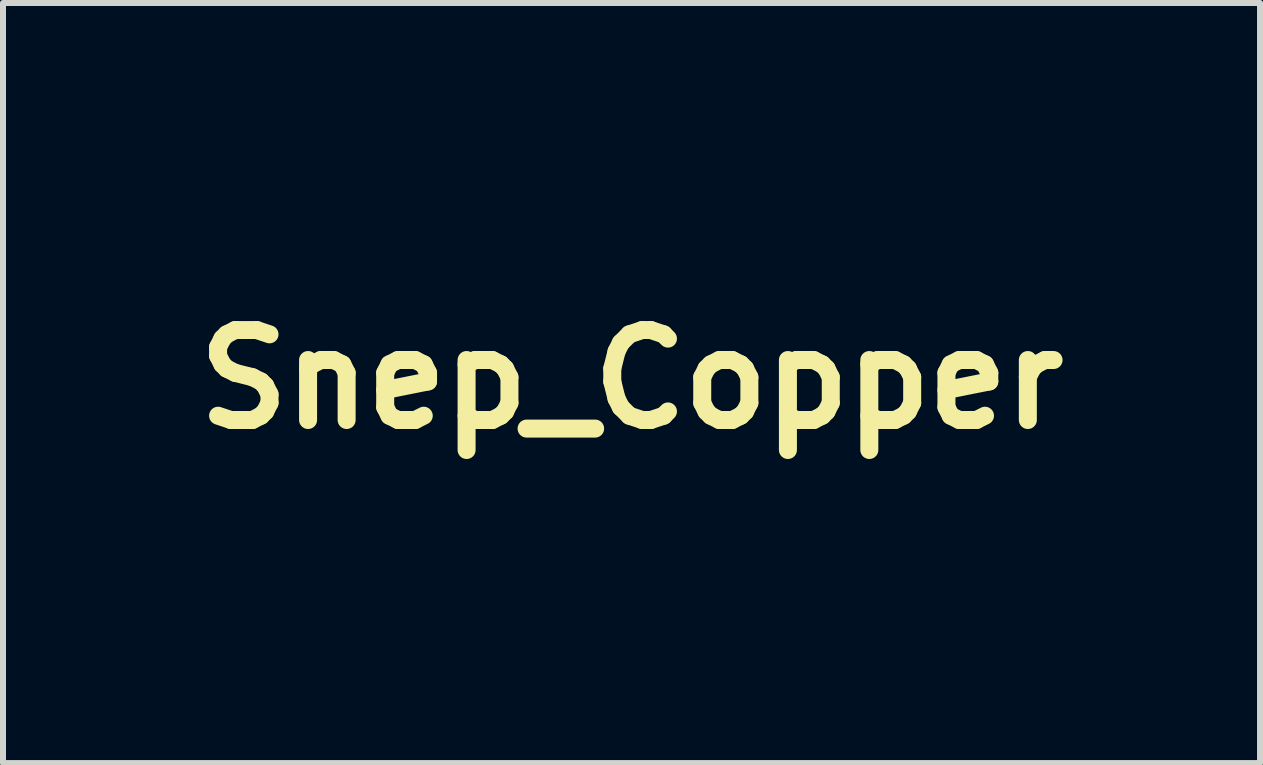
<source format=kicad_pcb>
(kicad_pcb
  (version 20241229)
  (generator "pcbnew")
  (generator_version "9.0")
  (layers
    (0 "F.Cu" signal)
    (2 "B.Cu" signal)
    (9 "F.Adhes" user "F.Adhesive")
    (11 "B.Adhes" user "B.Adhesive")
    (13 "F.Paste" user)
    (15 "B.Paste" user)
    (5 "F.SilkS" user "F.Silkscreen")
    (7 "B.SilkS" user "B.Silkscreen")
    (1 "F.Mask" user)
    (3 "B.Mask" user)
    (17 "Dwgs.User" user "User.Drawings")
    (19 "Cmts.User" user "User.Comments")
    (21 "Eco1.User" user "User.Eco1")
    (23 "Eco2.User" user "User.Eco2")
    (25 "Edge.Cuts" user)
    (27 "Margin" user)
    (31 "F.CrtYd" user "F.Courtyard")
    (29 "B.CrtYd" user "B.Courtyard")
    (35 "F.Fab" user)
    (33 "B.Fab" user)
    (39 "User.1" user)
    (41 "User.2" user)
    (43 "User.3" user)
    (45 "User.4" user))
  (footprint "Snep_Copper"
    (layer "F.Cu")
    (at 7.479 3.274)
    (property "Reference" "Snep_Copper" (at 0 0 0) (layer "F.SilkS") (effects (font (size 1.5 1.5) (thickness 0.3))))
    (attr board_only exclude_from_pos_files exclude_from_bom)
    (fp_poly (pts (xy -1.083 0.881) (xy -1.082 0.881) (xy -1.052 0.892) (xy -1.032 0.911) (xy -1.025 0.936) (xy -1.025 0.937) (xy -1.031 0.958) (xy -1.048 0.97) (xy -1.071 0.973) (xy -1.096 0.967) (xy -1.118 0.952) (xy -1.132 0.93) (xy -1.135 0.911) (xy -1.127 0.89) (xy -1.11 0.88)) (stroke (width 0) (type solid)) (fill yes) (layer "F.Mask"))
    (fp_poly (pts (xy -0.003 -1.469) (xy 0.017 -1.454) (xy 0.029 -1.428) (xy 0.03 -1.404) (xy 0.023 -1.386) (xy 0.005 -1.371) (xy -0.018 -1.363) (xy -0.041 -1.363) (xy -0.051 -1.367) (xy -0.074 -1.384) (xy -0.085 -1.407) (xy -0.086 -1.431) (xy -0.075 -1.452) (xy -0.058 -1.465) (xy -0.029 -1.474)) (stroke (width 0) (type solid)) (fill yes) (layer "F.Mask"))
    (fp_poly (pts (xy -0.009 -2.274) (xy -0.004 -2.272) (xy 0.021 -2.259) (xy 0.034 -2.24) (xy 0.032 -2.219) (xy 0.016 -2.197) (xy 0.01 -2.191) (xy -0.017 -2.178) (xy -0.044 -2.179) (xy -0.069 -2.193) (xy -0.07 -2.194) (xy -0.086 -2.217) (xy -0.086 -2.239) (xy -0.074 -2.259) (xy -0.052 -2.272) (xy -0.031 -2.277)) (stroke (width 0) (type solid)) (fill yes) (layer "F.Mask"))
    (fp_poly (pts (xy 0.395 -2.564) (xy 0.421 -2.553) (xy 0.435 -2.536) (xy 0.444 -2.511) (xy 0.44 -2.487) (xy 0.426 -2.467) (xy 0.405 -2.452) (xy 0.379 -2.445) (xy 0.35 -2.449) (xy 0.343 -2.452) (xy 0.315 -2.469) (xy 0.301 -2.49) (xy 0.301 -2.514) (xy 0.314 -2.536) (xy 0.338 -2.556) (xy 0.367 -2.566)) (stroke (width 0) (type solid)) (fill yes) (layer "F.Mask"))
    (fp_poly (pts (xy 1.109 0.693) (xy 1.114 0.698) (xy 1.124 0.715) (xy 1.125 0.728) (xy 1.113 0.741) (xy 1.099 0.751) (xy 1.074 0.762) (xy 1.043 0.767) (xy 1.014 0.765) (xy 0.993 0.756) (xy 0.984 0.742) (xy 0.988 0.725) (xy 1.003 0.708) (xy 1.025 0.694) (xy 1.059 0.681) (xy 1.087 0.681)) (stroke (width 0) (type solid)) (fill yes) (layer "F.Mask"))
    (fp_poly (pts (xy -1.143 0.681) (xy -1.112 0.691) (xy -1.087 0.706) (xy -1.07 0.725) (xy -1.063 0.744) (xy -1.068 0.762) (xy -1.07 0.764) (xy -1.085 0.772) (xy -1.11 0.774) (xy -1.139 0.769) (xy -1.146 0.767) (xy -1.175 0.754) (xy -1.191 0.736) (xy -1.193 0.715) (xy -1.182 0.693) (xy -1.169 0.682) (xy -1.153 0.68)) (stroke (width 0) (type solid)) (fill yes) (layer "F.Mask"))
    (fp_poly (pts (xy 1.044 0.885) (xy 1.052 0.895) (xy 1.051 0.902) (xy 1.048 0.916) (xy 1.045 0.93) (xy 1.034 0.949) (xy 1.014 0.961) (xy 0.989 0.966) (xy 0.964 0.962) (xy 0.957 0.958) (xy 0.946 0.945) (xy 0.946 0.926) (xy 0.956 0.908) (xy 0.963 0.901) (xy 0.984 0.889) (xy 1.007 0.883) (xy 1.028 0.881)) (stroke (width 0) (type solid)) (fill yes) (layer "F.Mask"))
    (fp_poly (pts (xy 2.261 -0.782) (xy 2.284 -0.766) (xy 2.3 -0.744) (xy 2.306 -0.716) (xy 2.302 -0.69) (xy 2.286 -0.662) (xy 2.263 -0.645) (xy 2.236 -0.638) (xy 2.207 -0.645) (xy 2.201 -0.649) (xy 2.175 -0.671) (xy 2.159 -0.698) (xy 2.155 -0.726) (xy 2.162 -0.753) (xy 2.177 -0.77) (xy 2.205 -0.786) (xy 2.234 -0.789)) (stroke (width 0) (type solid)) (fill yes) (layer "F.Mask"))
    (fp_poly (pts (xy -2.062 -1.005) (xy -2.041 -0.985) (xy -2.03 -0.958) (xy -2.029 -0.926) (xy -2.039 -0.893) (xy -2.058 -0.87) (xy -2.084 -0.853) (xy -2.113 -0.845) (xy -2.14 -0.847) (xy -2.143 -0.848) (xy -2.168 -0.865) (xy -2.184 -0.892) (xy -2.19 -0.922) (xy -2.185 -0.954) (xy -2.175 -0.974) (xy -2.151 -1.001) (xy -2.124 -1.014) (xy -2.091 -1.015)) (stroke (width 0) (type solid)) (fill yes) (layer "F.Mask"))
    (fp_poly (pts (xy -2.278 -0.779) (xy -2.268 -0.771) (xy -2.253 -0.747) (xy -2.249 -0.718) (xy -2.257 -0.69) (xy -2.276 -0.666) (xy -2.294 -0.653) (xy -2.311 -0.645) (xy -2.323 -0.643) (xy -2.338 -0.647) (xy -2.352 -0.653) (xy -2.374 -0.67) (xy -2.39 -0.696) (xy -2.395 -0.725) (xy -2.394 -0.738) (xy -2.382 -0.763) (xy -2.36 -0.78) (xy -2.333 -0.789) (xy -2.304 -0.789)) (stroke (width 0) (type solid)) (fill yes) (layer "F.Mask"))
    (fp_poly (pts (xy -1.788 -0.121) (xy -1.762 -0.105) (xy -1.745 -0.081) (xy -1.735 -0.049) (xy -1.736 -0.017) (xy -1.746 0.012) (xy -1.764 0.037) (xy -1.787 0.056) (xy -1.814 0.066) (xy -1.843 0.065) (xy -1.867 0.054) (xy -1.891 0.034) (xy -1.905 0.01) (xy -1.911 -0.007) (xy -1.914 -0.044) (xy -1.905 -0.076) (xy -1.885 -0.102) (xy -1.856 -0.12) (xy -1.823 -0.125)) (stroke (width 0) (type solid)) (fill yes) (layer "F.Mask"))
    (fp_poly (pts (xy -0.435 -2.522) (xy -0.43 -2.521) (xy -0.404 -2.515) (xy -0.38 -2.504) (xy -0.364 -2.491) (xy -0.358 -2.479) (xy -0.364 -2.467) (xy -0.379 -2.454) (xy -0.399 -2.443) (xy -0.413 -2.439) (xy -0.433 -2.439) (xy -0.455 -2.445) (xy -0.455 -2.445) (xy -0.476 -2.46) (xy -0.484 -2.48) (xy -0.478 -2.502) (xy -0.476 -2.506) (xy -0.466 -2.518) (xy -0.455 -2.522)) (stroke (width 0) (type solid)) (fill yes) (layer "F.Mask"))
    (fp_poly (pts (xy 2.051 -1.006) (xy 2.075 -0.988) (xy 2.093 -0.963) (xy 2.102 -0.935) (xy 2.101 -0.906) (xy 2.088 -0.878) (xy 2.082 -0.871) (xy 2.055 -0.85) (xy 2.025 -0.844) (xy 1.994 -0.852) (xy 1.968 -0.871) (xy 1.949 -0.9) (xy 1.941 -0.934) (xy 1.94 -0.941) (xy 1.945 -0.973) (xy 1.962 -0.996) (xy 1.99 -1.011) (xy 1.991 -1.011) (xy 2.023 -1.014)) (stroke (width 0) (type solid)) (fill yes) (layer "F.Mask"))
    (fp_poly (pts (xy -1.14 0.448) (xy -1.111 0.461) (xy -1.1 0.467) (xy -1.081 0.482) (xy -1.063 0.503) (xy -1.051 0.523) (xy -1.048 0.536) (xy -1.054 0.551) (xy -1.069 0.563) (xy -1.087 0.568) (xy -1.087 0.568) (xy -1.103 0.564) (xy -1.125 0.556) (xy -1.132 0.552) (xy -1.168 0.53) (xy -1.189 0.508) (xy -1.195 0.486) (xy -1.187 0.465) (xy -1.18 0.457) (xy -1.163 0.447)) (stroke (width 0) (type solid)) (fill yes) (layer "F.Mask"))
    (fp_poly (pts (xy 0.008 -1.815) (xy 0.041 -1.796) (xy 0.063 -1.771) (xy 0.076 -1.749) (xy 0.08 -1.729) (xy 0.079 -1.711) (xy 0.068 -1.678) (xy 0.045 -1.649) (xy 0.013 -1.626) (xy -0.016 -1.617) (xy -0.05 -1.616) (xy -0.083 -1.622) (xy -0.101 -1.63) (xy -0.127 -1.654) (xy -0.143 -1.685) (xy -0.148 -1.72) (xy -0.141 -1.754) (xy -0.129 -1.775) (xy -0.099 -1.803) (xy -0.065 -1.819) (xy -0.028 -1.823)) (stroke (width 0) (type solid)) (fill yes) (layer "F.Mask"))
    (fp_poly (pts (xy 1.768 -0.127) (xy 1.796 -0.109) (xy 1.813 -0.089) (xy 1.827 -0.057) (xy 1.829 -0.023) (xy 1.82 0.01) (xy 1.801 0.037) (xy 1.774 0.056) (xy 1.752 0.064) (xy 1.734 0.065) (xy 1.715 0.059) (xy 1.706 0.055) (xy 1.679 0.036) (xy 1.661 0.007) (xy 1.653 -0.03) (xy 1.653 -0.039) (xy 1.654 -0.064) (xy 1.663 -0.083) (xy 1.676 -0.1) (xy 1.706 -0.123) (xy 1.737 -0.132)) (stroke (width 0) (type solid)) (fill yes) (layer "F.Mask"))
    (fp_poly (pts (xy -1.859 -0.465) (xy -1.848 -0.462) (xy -1.808 -0.446) (xy -1.769 -0.424) (xy -1.734 -0.399) (xy -1.706 -0.373) (xy -1.693 -0.354) (xy -1.687 -0.339) (xy -1.688 -0.332) (xy -1.694 -0.329) (xy -1.721 -0.325) (xy -1.757 -0.329) (xy -1.797 -0.341) (xy -1.805 -0.344) (xy -1.841 -0.362) (xy -1.872 -0.383) (xy -1.895 -0.405) (xy -1.907 -0.426) (xy -1.905 -0.445) (xy -1.897 -0.457) (xy -1.886 -0.465) (xy -1.876 -0.468)) (stroke (width 0) (type solid)) (fill yes) (layer "F.Mask"))
    (fp_poly (pts (xy 1.09 0.457) (xy 1.096 0.461) (xy 1.111 0.477) (xy 1.113 0.496) (xy 1.103 0.515) (xy 1.083 0.533) (xy 1.052 0.547) (xy 1.044 0.55) (xy 1.021 0.557) (xy 1.007 0.56) (xy 0.998 0.559) (xy 0.989 0.554) (xy 0.987 0.553) (xy 0.976 0.542) (xy 0.974 0.535) (xy 0.98 0.519) (xy 0.995 0.5) (xy 1.016 0.481) (xy 1.04 0.466) (xy 1.046 0.463) (xy 1.066 0.455) (xy 1.079 0.453)) (stroke (width 0) (type solid)) (fill yes) (layer "F.Mask"))
    (fp_poly (pts (xy 1.138 -2.2) (xy 1.171 -2.186) (xy 1.199 -2.164) (xy 1.218 -2.138) (xy 1.225 -2.11) (xy 1.225 -2.109) (xy 1.219 -2.09) (xy 1.203 -2.069) (xy 1.203 -2.069) (xy 1.175 -2.053) (xy 1.141 -2.045) (xy 1.103 -2.046) (xy 1.067 -2.057) (xy 1.065 -2.057) (xy 1.032 -2.078) (xy 1.012 -2.104) (xy 1.003 -2.13) (xy 1.007 -2.156) (xy 1.022 -2.179) (xy 1.047 -2.196) (xy 1.083 -2.205) (xy 1.101 -2.206)) (stroke (width 0) (type solid)) (fill yes) (layer "F.Mask"))
    (fp_poly (pts (xy -1.133 -2.205) (xy -1.115 -2.202) (xy -1.102 -2.194) (xy -1.091 -2.184) (xy -1.074 -2.159) (xy -1.07 -2.141) (xy -1.076 -2.117) (xy -1.092 -2.092) (xy -1.115 -2.07) (xy -1.129 -2.062) (xy -1.157 -2.052) (xy -1.191 -2.047) (xy -1.224 -2.047) (xy -1.25 -2.053) (xy -1.251 -2.054) (xy -1.279 -2.073) (xy -1.295 -2.097) (xy -1.296 -2.125) (xy -1.284 -2.154) (xy -1.283 -2.156) (xy -1.256 -2.181) (xy -1.218 -2.198) (xy -1.172 -2.205) (xy -1.16 -2.206)) (stroke (width 0) (type solid)) (fill yes) (layer "F.Mask"))
    (fp_poly (pts (xy 0.405 -2.111) (xy 0.424 -2.102) (xy 0.455 -2.08) (xy 0.478 -2.051) (xy 0.491 -2.019) (xy 0.491 -1.989) (xy 0.477 -1.95) (xy 0.45 -1.918) (xy 0.414 -1.895) (xy 0.367 -1.88) (xy 0.329 -1.876) (xy 0.287 -1.877) (xy 0.258 -1.883) (xy 0.255 -1.884) (xy 0.218 -1.909) (xy 0.193 -1.94) (xy 0.182 -1.976) (xy 0.184 -2.015) (xy 0.2 -2.053) (xy 0.208 -2.066) (xy 0.236 -2.093) (xy 0.273 -2.111) (xy 0.316 -2.12) (xy 0.361 -2.12)) (stroke (width 0) (type solid)) (fill yes) (layer "F.Mask"))
    (fp_poly (pts (xy 0.713 -2.417) (xy 0.743 -2.405) (xy 0.783 -2.38) (xy 0.81 -2.353) (xy 0.824 -2.323) (xy 0.826 -2.301) (xy 0.819 -2.271) (xy 0.8 -2.244) (xy 0.772 -2.222) (xy 0.736 -2.205) (xy 0.695 -2.194) (xy 0.652 -2.191) (xy 0.608 -2.196) (xy 0.587 -2.202) (xy 0.545 -2.223) (xy 0.514 -2.249) (xy 0.495 -2.28) (xy 0.487 -2.312) (xy 0.492 -2.344) (xy 0.509 -2.375) (xy 0.538 -2.401) (xy 0.558 -2.413) (xy 0.608 -2.428) (xy 0.66 -2.43)) (stroke (width 0) (type solid)) (fill yes) (layer "F.Mask"))
    (fp_poly (pts (xy -0.356 -2.117) (xy -0.317 -2.103) (xy -0.284 -2.079) (xy -0.261 -2.048) (xy -0.247 -2.013) (xy -0.247 -1.976) (xy -0.25 -1.963) (xy -0.266 -1.925) (xy -0.291 -1.898) (xy -0.326 -1.882) (xy -0.37 -1.875) (xy -0.388 -1.874) (xy -0.42 -1.876) (xy -0.45 -1.881) (xy -0.468 -1.886) (xy -0.503 -1.904) (xy -0.532 -1.929) (xy -0.553 -1.959) (xy -0.564 -1.99) (xy -0.564 -2.017) (xy -0.549 -2.052) (xy -0.523 -2.082) (xy -0.488 -2.104) (xy -0.445 -2.118) (xy -0.398 -2.122)) (stroke (width 0) (type solid)) (fill yes) (layer "F.Mask"))
    (fp_poly (pts (xy 1.798 -0.468) (xy 1.811 -0.462) (xy 1.815 -0.459) (xy 1.827 -0.442) (xy 1.825 -0.42) (xy 1.811 -0.393) (xy 1.807 -0.389) (xy 1.788 -0.371) (xy 1.762 -0.354) (xy 1.73 -0.34) (xy 1.697 -0.328) (xy 1.665 -0.32) (xy 1.637 -0.317) (xy 1.615 -0.319) (xy 1.604 -0.328) (xy 1.603 -0.329) (xy 1.606 -0.34) (xy 1.618 -0.358) (xy 1.638 -0.379) (xy 1.661 -0.401) (xy 1.687 -0.422) (xy 1.712 -0.44) (xy 1.728 -0.448) (xy 1.759 -0.462) (xy 1.781 -0.468)) (stroke (width 0) (type solid)) (fill yes) (layer "F.Mask"))
    (fp_poly (pts (xy 2.15 -0.52) (xy 2.192 -0.499) (xy 2.232 -0.463) (xy 2.233 -0.462) (xy 2.262 -0.419) (xy 2.277 -0.372) (xy 2.278 -0.323) (xy 2.266 -0.273) (xy 2.24 -0.223) (xy 2.23 -0.209) (xy 2.203 -0.184) (xy 2.167 -0.164) (xy 2.127 -0.15) (xy 2.086 -0.144) (xy 2.055 -0.147) (xy 2.007 -0.166) (xy 1.969 -0.196) (xy 1.941 -0.235) (xy 1.924 -0.284) (xy 1.92 -0.318) (xy 1.922 -0.373) (xy 1.935 -0.42) (xy 1.957 -0.461) (xy 1.988 -0.493) (xy 2.024 -0.515) (xy 2.064 -0.528) (xy 2.107 -0.53)) (stroke (width 0) (type solid)) (fill yes) (layer "F.Mask"))
    (fp_poly (pts (xy -0.653 -2.427) (xy -0.615 -2.412) (xy -0.584 -2.39) (xy -0.563 -2.361) (xy -0.554 -2.328) (xy -0.553 -2.321) (xy -0.559 -2.294) (xy -0.573 -2.264) (xy -0.593 -2.238) (xy -0.605 -2.228) (xy -0.643 -2.208) (xy -0.689 -2.196) (xy -0.738 -2.192) (xy -0.785 -2.196) (xy -0.804 -2.201) (xy -0.823 -2.21) (xy -0.847 -2.227) (xy -0.861 -2.239) (xy -0.879 -2.258) (xy -0.889 -2.273) (xy -0.892 -2.29) (xy -0.893 -2.302) (xy -0.886 -2.34) (xy -0.866 -2.372) (xy -0.833 -2.398) (xy -0.788 -2.418) (xy -0.745 -2.429) (xy -0.698 -2.433)) (stroke (width 0) (type solid)) (fill yes) (layer "F.Mask"))
    (fp_poly (pts (xy -2.153 -0.525) (xy -2.114 -0.511) (xy -2.112 -0.511) (xy -2.074 -0.483) (xy -2.045 -0.445) (xy -2.025 -0.399) (xy -2.015 -0.349) (xy -2.017 -0.297) (xy -2.029 -0.248) (xy -2.052 -0.205) (xy -2.085 -0.172) (xy -2.125 -0.151) (xy -2.171 -0.141) (xy -2.221 -0.144) (xy -2.243 -0.15) (xy -2.269 -0.163) (xy -2.297 -0.187) (xy -2.324 -0.216) (xy -2.345 -0.246) (xy -2.356 -0.269) (xy -2.364 -0.303) (xy -2.368 -0.342) (xy -2.367 -0.379) (xy -2.361 -0.409) (xy -2.36 -0.411) (xy -2.338 -0.452) (xy -2.307 -0.488) (xy -2.28 -0.508) (xy -2.242 -0.523) (xy -2.198 -0.528)) (stroke (width 0) (type solid)) (fill yes) (layer "F.Mask"))
    (fp_poly (pts (xy 1.167 -1.881) (xy 1.214 -1.876) (xy 1.253 -1.87) (xy 1.255 -1.87) (xy 1.306 -1.855) (xy 1.363 -1.832) (xy 1.419 -1.804) (xy 1.47 -1.773) (xy 1.489 -1.76) (xy 1.524 -1.729) (xy 1.555 -1.697) (xy 1.58 -1.664) (xy 1.597 -1.633) (xy 1.605 -1.607) (xy 1.604 -1.593) (xy 1.6 -1.585) (xy 1.593 -1.58) (xy 1.58 -1.581) (xy 1.559 -1.585) (xy 1.529 -1.595) (xy 1.491 -1.608) (xy 1.394 -1.638) (xy 1.299 -1.655) (xy 1.206 -1.66) (xy 1.112 -1.652) (xy 1.014 -1.632) (xy 0.911 -1.599) (xy 0.884 -1.589) (xy 0.837 -1.573) (xy 0.802 -1.565) (xy 0.774 -1.566) (xy 0.758 -1.572) (xy 0.742 -1.588) (xy 0.729 -1.613) (xy 0.723 -1.641) (xy 0.723 -1.646) (xy 0.728 -1.687) (xy 0.744 -1.724) (xy 0.773 -1.762) (xy 0.782 -1.771) (xy 0.834 -1.813) (xy 0.895 -1.845) (xy 0.966 -1.867) (xy 1.048 -1.879) (xy 1.118 -1.882)) (stroke (width 0) (type solid)) (fill yes) (layer "F.Mask"))
    (fp_poly (pts (xy -1.173 -1.882) (xy -1.112 -1.88) (xy -1.061 -1.874) (xy -1.014 -1.861) (xy -0.967 -1.842) (xy -0.948 -1.833) (xy -0.89 -1.8) (xy -0.846 -1.762) (xy -0.816 -1.722) (xy -0.8 -1.678) (xy -0.797 -1.65) (xy -0.802 -1.61) (xy -0.816 -1.581) (xy -0.84 -1.563) (xy -0.873 -1.557) (xy -0.874 -1.557) (xy -0.894 -1.56) (xy -0.926 -1.569) (xy -0.966 -1.583) (xy -1.007 -1.599) (xy -1.071 -1.623) (xy -1.128 -1.64) (xy -1.18 -1.651) (xy -1.233 -1.657) (xy -1.291 -1.659) (xy -1.332 -1.658) (xy -1.399 -1.652) (xy -1.462 -1.643) (xy -1.526 -1.627) (xy -1.596 -1.604) (xy -1.615 -1.598) (xy -1.642 -1.589) (xy -1.664 -1.583) (xy -1.678 -1.581) (xy -1.679 -1.582) (xy -1.689 -1.592) (xy -1.688 -1.61) (xy -1.679 -1.634) (xy -1.661 -1.662) (xy -1.638 -1.692) (xy -1.609 -1.724) (xy -1.576 -1.754) (xy -1.541 -1.782) (xy -1.525 -1.793) (xy -1.452 -1.832) (xy -1.369 -1.86) (xy -1.277 -1.877) (xy -1.175 -1.882)) (stroke (width 0) (type solid)) (fill yes) (layer "F.Mask"))
    (fp_poly (pts (xy -0.458 -3.274) (xy -0.441 -3.273) (xy -0.403 -3.271) (xy -0.366 -3.268) (xy -0.336 -3.265) (xy -0.321 -3.262) (xy -0.292 -3.257) (xy -0.258 -3.25) (xy -0.24 -3.246) (xy -0.204 -3.238) (xy -0.163 -3.227) (xy -0.124 -3.214) (xy -0.093 -3.202) (xy -0.092 -3.202) (xy -0.076 -3.195) (xy -0.053 -3.188) (xy -0.048 -3.186) (xy -0.023 -3.178) (xy 0.006 -3.168) (xy 0.018 -3.163) (xy 0.041 -3.154) (xy 0.063 -3.145) (xy 0.087 -3.135) (xy 0.119 -3.121) (xy 0.131 -3.116) (xy 0.156 -3.104) (xy 0.192 -3.087) (xy 0.235 -3.066) (xy 0.283 -3.042) (xy 0.333 -3.017) (xy 0.384 -2.991) (xy 0.432 -2.967) (xy 0.475 -2.944) (xy 0.51 -2.925) (xy 0.536 -2.911) (xy 0.542 -2.907) (xy 0.57 -2.891) (xy 0.606 -2.869) (xy 0.647 -2.844) (xy 0.689 -2.819) (xy 0.705 -2.809) (xy 0.747 -2.784) (xy 0.792 -2.758) (xy 0.836 -2.733) (xy 0.873 -2.712) (xy 0.883 -2.707) (xy 0.923 -2.685) (xy 0.966 -2.659) (xy 1.006 -2.633) (xy 1.023 -2.621) (xy 1.051 -2.602) (xy 1.076 -2.587) (xy 1.094 -2.577) (xy 1.102 -2.575) (xy 1.113 -2.578) (xy 1.135 -2.586) (xy 1.165 -2.599) (xy 1.199 -2.615) (xy 1.213 -2.622) (xy 1.25 -2.64) (xy 1.285 -2.656) (xy 1.315 -2.67) (xy 1.335 -2.68) (xy 1.339 -2.682) (xy 1.356 -2.689) (xy 1.383 -2.702) (xy 1.419 -2.719) (xy 1.46 -2.739) (xy 1.504 -2.76) (xy 1.549 -2.782) (xy 1.592 -2.803) (xy 1.632 -2.823) (xy 1.666 -2.84) (xy 1.692 -2.852) (xy 1.707 -2.86) (xy 1.708 -2.86) (xy 1.74 -2.877) (xy 1.78 -2.897) (xy 1.825 -2.919) (xy 1.871 -2.939) (xy 1.912 -2.957) (xy 1.945 -2.971) (xy 1.951 -2.973) (xy 1.97 -2.98) (xy 1.984 -2.986) (xy 2.013 -2.996) (xy 2.038 -3.004) (xy 2.064 -3.009) (xy 2.096 -3.012) (xy 2.136 -3.014) (xy 2.162 -3.015) (xy 2.234 -3.016) (xy 2.297 -3.01) (xy 2.353 -2.998) (xy 2.408 -2.978) (xy 2.465 -2.949) (xy 2.514 -2.919) (xy 2.559 -2.887) (xy 2.607 -2.846) (xy 2.655 -2.799) (xy 2.7 -2.75) (xy 2.738 -2.703) (xy 2.761 -2.669) (xy 2.779 -2.64) (xy 2.797 -2.611) (xy 2.811 -2.588) (xy 2.812 -2.587) (xy 2.829 -2.554) (xy 2.849 -2.51) (xy 2.869 -2.46) (xy 2.889 -2.407) (xy 2.906 -2.355) (xy 2.92 -2.307) (xy 2.925 -2.285) (xy 2.941 -2.204) (xy 2.951 -2.13) (xy 2.957 -2.056) (xy 2.959 -1.976) (xy 2.958 -1.907) (xy 2.955 -1.846) (xy 2.949 -1.789) (xy 2.939 -1.73) (xy 2.925 -1.667) (xy 2.906 -1.595) (xy 2.903 -1.582) (xy 2.888 -1.536) (xy 2.869 -1.483) (xy 2.846 -1.427) (xy 2.821 -1.369) (xy 2.796 -1.314) (xy 2.77 -1.263) (xy 2.746 -1.22) (xy 2.726 -1.187) (xy 2.72 -1.18) (xy 2.71 -1.166) (xy 2.694 -1.143) (xy 2.675 -1.117) (xy 2.667 -1.106) (xy 2.628 -1.049) (xy 2.647 -1.035) (xy 2.679 -1.017) (xy 2.723 -0.997) (xy 2.779 -0.975) (xy 2.781 -0.974) (xy 2.804 -0.966) (xy 2.823 -0.959) (xy 2.824 -0.958) (xy 2.844 -0.95) (xy 2.859 -0.944) (xy 2.88 -0.936) (xy 2.894 -0.93) (xy 2.935 -0.913) (xy 2.966 -0.9) (xy 2.987 -0.89) (xy 3.001 -0.88) (xy 3.011 -0.871) (xy 3.019 -0.859) (xy 3.027 -0.844) (xy 3.03 -0.826) (xy 3.03 -0.801) (xy 3.029 -0.789) (xy 3.022 -0.748) (xy 3.011 -0.698) (xy 2.995 -0.644) (xy 2.977 -0.59) (xy 2.962 -0.55) (xy 2.954 -0.532) (xy 2.944 -0.505) (xy 2.933 -0.476) (xy 2.933 -0.476) (xy 2.92 -0.444) (xy 2.91 -0.419) (xy 2.899 -0.397) (xy 2.886 -0.373) (xy 2.868 -0.342) (xy 2.86 -0.328) (xy 2.823 -0.267) (xy 2.792 -0.217) (xy 2.766 -0.176) (xy 2.743 -0.142) (xy 2.722 -0.114) (xy 2.701 -0.089) (xy 2.689 -0.075) (xy 2.668 -0.052) (xy 2.652 -0.034) (xy 2.643 -0.022) (xy 2.642 -0.019) (xy 2.662 -0.007) (xy 2.69 0.007) (xy 2.717 0.019) (xy 2.726 0.022) (xy 2.746 0.029) (xy 2.761 0.035) (xy 2.763 0.037) (xy 2.772 0.041) (xy 2.793 0.048) (xy 2.822 0.058) (xy 2.856 0.069) (xy 2.859 0.07) (xy 2.896 0.082) (xy 2.93 0.093) (xy 2.959 0.103) (xy 2.977 0.11) (xy 2.999 0.119) (xy 3.03 0.134) (xy 3.068 0.153) (xy 3.108 0.173) (xy 3.148 0.194) (xy 3.185 0.214) (xy 3.216 0.231) (xy 3.238 0.243) (xy 3.242 0.246) (xy 3.265 0.261) (xy 3.288 0.274) (xy 3.294 0.277) (xy 3.318 0.291) (xy 3.346 0.312) (xy 3.374 0.335) (xy 3.398 0.359) (xy 3.414 0.379) (xy 3.418 0.385) (xy 3.425 0.402) (xy 3.425 0.412) (xy 3.415 0.423) (xy 3.411 0.427) (xy 3.4 0.435) (xy 3.389 0.439) (xy 3.375 0.439) (xy 3.356 0.433) (xy 3.331 0.421) (xy 3.297 0.403) (xy 3.264 0.384) (xy 3.203 0.35) (xy 3.142 0.317) (xy 3.083 0.287) (xy 3.031 0.262) (xy 3.01 0.252) (xy 2.974 0.237) (xy 2.936 0.221) (xy 2.9 0.207) (xy 2.868 0.194) (xy 2.843 0.185) (xy 2.832 0.182) (xy 2.812 0.177) (xy 2.8 0.173) (xy 2.793 0.172) (xy 2.789 0.181) (xy 2.789 0.199) (xy 2.786 0.222) (xy 2.779 0.246) (xy 2.766 0.273) (xy 2.745 0.304) (xy 2.716 0.342) (xy 2.687 0.376) (xy 2.617 0.46) (xy 2.635 0.473) (xy 2.648 0.481) (xy 2.672 0.494) (xy 2.701 0.51) (xy 2.73 0.524) (xy 2.798 0.559) (xy 2.864 0.597) (xy 2.931 0.64) (xy 3.002 0.691) (xy 3.065 0.738) (xy 3.102 0.768) (xy 3.14 0.802) (xy 3.178 0.837) (xy 3.214 0.873) (xy 3.246 0.907) (xy 3.271 0.937) (xy 3.288 0.96) (xy 3.292 0.968) (xy 3.303 1.001) (xy 3.304 1.029) (xy 3.297 1.051) (xy 3.284 1.065) (xy 3.267 1.07) (xy 3.247 1.065) (xy 3.227 1.048) (xy 3.213 1.026) (xy 3.2 1.008) (xy 3.177 0.982) (xy 3.146 0.951) (xy 3.108 0.916) (xy 3.067 0.88) (xy 3.024 0.844) (xy 2.98 0.809) (xy 2.939 0.779) (xy 2.921 0.766) (xy 2.874 0.735) (xy 2.823 0.705) (xy 2.772 0.675) (xy 2.721 0.647) (xy 2.672 0.622) (xy 2.629 0.602) (xy 2.593 0.586) (xy 2.565 0.577) (xy 2.552 0.575) (xy 2.54 0.582) (xy 2.532 0.596) (xy 2.522 0.617) (xy 2.507 0.642) (xy 2.484 0.67) (xy 2.454 0.705) (xy 2.415 0.747) (xy 2.379 0.783) (xy 2.277 0.885) (xy 2.295 0.904) (xy 2.308 0.917) (xy 2.33 0.935) (xy 2.357 0.957) (xy 2.379 0.974) (xy 2.431 1.015) (xy 2.485 1.06) (xy 2.538 1.109) (xy 2.588 1.156) (xy 2.631 1.201) (xy 2.663 1.237) (xy 2.689 1.271) (xy 2.713 1.307) (xy 2.735 1.343) (xy 2.752 1.377) (xy 2.765 1.406) (xy 2.77 1.427) (xy 2.769 1.438) (xy 2.756 1.448) (xy 2.743 1.452) (xy 2.735 1.452) (xy 2.726 1.449) (xy 2.716 1.441) (xy 2.701 1.427) (xy 2.681 1.405) (xy 2.654 1.374) (xy 2.646 1.365) (xy 2.611 1.326) (xy 2.572 1.285) (xy 2.53 1.243) (xy 2.49 1.205) (xy 2.454 1.172) (xy 2.429 1.152) (xy 2.362 1.101) (xy 2.304 1.058) (xy 2.257 1.025) (xy 2.22 1.001) (xy 2.194 0.987) (xy 2.179 0.984) (xy 2.164 0.992) (xy 2.163 0.993) (xy 2.137 1.015) (xy 2.099 1.042) (xy 2.051 1.072) (xy 1.997 1.105) (xy 1.937 1.139) (xy 1.874 1.173) (xy 1.811 1.206) (xy 1.748 1.237) (xy 1.689 1.264) (xy 1.653 1.28) (xy 1.627 1.291) (xy 1.607 1.301) (xy 1.596 1.308) (xy 1.596 1.308) (xy 1.591 1.32) (xy 1.586 1.341) (xy 1.583 1.357) (xy 1.58 1.39) (xy 1.575 1.429) (xy 1.569 1.472) (xy 1.564 1.514) (xy 1.558 1.555) (xy 1.553 1.591) (xy 1.549 1.618) (xy 1.546 1.635) (xy 1.545 1.639) (xy 1.544 1.647) (xy 1.55 1.65) (xy 1.565 1.649) (xy 1.576 1.648) (xy 1.604 1.642) (xy 1.629 1.633) (xy 1.636 1.629) (xy 1.657 1.62) (xy 1.675 1.616) (xy 1.677 1.616) (xy 1.693 1.613) (xy 1.701 1.609) (xy 1.713 1.603) (xy 1.735 1.599) (xy 1.761 1.596) (xy 1.787 1.594) (xy 1.807 1.596) (xy 1.81 1.596) (xy 1.828 1.607) (xy 1.844 1.628) (xy 1.856 1.652) (xy 1.859 1.672) (xy 1.853 1.725) (xy 1.838 1.786) (xy 1.813 1.855) (xy 1.779 1.93) (xy 1.736 2.009) (xy 1.686 2.091) (xy 1.661 2.13) (xy 1.642 2.158) (xy 1.626 2.181) (xy 1.615 2.198) (xy 1.612 2.204) (xy 1.597 2.225) (xy 1.572 2.256) (xy 1.549 2.283) (xy 1.533 2.301) (xy 1.511 2.327) (xy 1.487 2.356) (xy 1.469 2.378) (xy 1.426 2.426) (xy 1.377 2.479) (xy 1.323 2.535) (xy 1.266 2.592) (xy 1.208 2.646) (xy 1.152 2.697) (xy 1.101 2.743) (xy 1.055 2.78) (xy 1.031 2.798) (xy 1.01 2.814) (xy 0.983 2.836) (xy 0.956 2.859) (xy 0.952 2.862) (xy 0.924 2.886) (xy 0.895 2.909) (xy 0.87 2.927) (xy 0.867 2.929) (xy 0.849 2.941) (xy 0.822 2.959) (xy 0.787 2.982) (xy 0.749 3.008) (xy 0.709 3.035) (xy 0.708 3.036) (xy 0.611 3.099) (xy 0.514 3.159) (xy 0.418 3.215) (xy 0.326 3.265) (xy 0.239 3.308) (xy 0.159 3.344) (xy 0.087 3.372) (xy 0.047 3.385) (xy -0.014 3.398) (xy -0.071 3.398) (xy -0.111 3.39) (xy -0.172 3.37) (xy -0.242 3.342) (xy -0.319 3.307) (xy -0.402 3.267) (xy -0.486 3.223) (xy -0.571 3.175) (xy -0.654 3.126) (xy -0.732 3.076) (xy -0.789 3.037) (xy -0.814 3.019) (xy -0.847 2.997) (xy -0.884 2.972) (xy -0.921 2.947) (xy -0.924 2.945) (xy -1.001 2.892) (xy -1.073 2.837) (xy -1.146 2.777) (xy -1.211 2.719) (xy -1.346 2.592) (xy -1.467 2.47) (xy -1.574 2.352) (xy -1.667 2.239) (xy -1.746 2.13) (xy -1.812 2.026) (xy -1.863 1.926) (xy -1.878 1.892) (xy -1.888 1.868) (xy -1.899 1.845) (xy -1.9 1.841) (xy -1.908 1.822) (xy -1.911 1.807) (xy -1.914 1.793) (xy -1.918 1.789) (xy -1.918 1.788) (xy -1.724 1.788) (xy -1.724 1.797) (xy -1.716 1.816) (xy -1.703 1.843) (xy -1.686 1.876) (xy -1.666 1.912) (xy -1.643 1.949) (xy -1.621 1.984) (xy -1.618 1.989) (xy -1.521 2.122) (xy -1.41 2.255) (xy -1.285 2.387) (xy -1.146 2.517) (xy -0.995 2.644) (xy -0.832 2.769) (xy -0.793 2.797) (xy -0.731 2.841) (xy -0.667 2.884) (xy -0.604 2.926) (xy -0.542 2.965) (xy -0.485 3) (xy -0.434 3.03) (xy -0.39 3.054) (xy -0.355 3.071) (xy -0.348 3.074) (xy -0.326 3.083) (xy -0.298 3.096) (xy -0.28 3.105) (xy -0.251 3.119) (xy -0.219 3.131) (xy -0.203 3.136) (xy -0.178 3.143) (xy -0.146 3.155) (xy -0.113 3.167) (xy -0.107 3.169) (xy -0.074 3.182) (xy -0.05 3.19) (xy -0.031 3.193) (xy -0.015 3.19) (xy 0.005 3.184) (xy 0.013 3.18) (xy 0.039 3.17) (xy 0.07 3.157) (xy 0.1 3.146) (xy 0.137 3.13) (xy 0.184 3.109) (xy 0.237 3.083) (xy 0.291 3.056) (xy 0.345 3.028) (xy 0.394 3.001) (xy 0.434 2.978) (xy 0.435 2.977) (xy 0.485 2.946) (xy 0.544 2.907) (xy 0.609 2.863) (xy 0.678 2.815) (xy 0.747 2.765) (xy 0.815 2.716) (xy 0.878 2.669) (xy 0.922 2.635) (xy 1.032 2.545) (xy 1.138 2.447) (xy 1.241 2.343) (xy 1.338 2.236) (xy 1.427 2.126) (xy 1.506 2.017) (xy 1.574 1.91) (xy 1.607 1.853) (xy 1.64 1.791) (xy 1.618 1.802) (xy 1.592 1.814) (xy 1.555 1.826) (xy 1.511 1.839) (xy 1.466 1.85) (xy 1.423 1.859) (xy 1.407 1.862) (xy 1.375 1.867) (xy 1.355 1.868) (xy 1.345 1.864) (xy 1.343 1.853) (xy 1.346 1.833) (xy 1.35 1.819) (xy 1.352 1.803) (xy 1.356 1.777) (xy 1.36 1.741) (xy 1.365 1.7) (xy 1.371 1.654) (xy 1.376 1.606) (xy 1.381 1.559) (xy 1.385 1.515) (xy 1.389 1.477) (xy 1.392 1.446) (xy 1.393 1.425) (xy 1.393 1.417) (xy 1.391 1.415) (xy 1.386 1.416) (xy 1.376 1.418) (xy 1.36 1.423) (xy 1.337 1.432) (xy 1.306 1.443) (xy 1.264 1.459) (xy 1.212 1.479) (xy 1.147 1.505) (xy 1.146 1.505) (xy 1.114 1.517) (xy 1.085 1.527) (xy 1.065 1.533) (xy 1.056 1.534) (xy 1.046 1.539) (xy 1.034 1.552) (xy 1.019 1.577) (xy 1.013 1.588) (xy 0.969 1.66) (xy 0.914 1.735) (xy 0.849 1.809) (xy 0.778 1.879) (xy 0.702 1.944) (xy 0.637 1.991) (xy 0.57 2.031) (xy 0.494 2.071) (xy 0.411 2.107) (xy 0.327 2.138) (xy 0.245 2.162) (xy 0.21 2.17) (xy 0.17 2.177) (xy 0.12 2.183) (xy 0.061 2.187) (xy -0.001 2.189) (xy -0.063 2.19) (xy -0.121 2.19) (xy -0.172 2.187) (xy -0.203 2.184) (xy -0.327 2.161) (xy -0.449 2.124) (xy -0.567 2.074) (xy -0.68 2.012) (xy -0.785 1.939) (xy -0.882 1.856) (xy -0.896 1.841) (xy -0.972 1.761) (xy -1.033 1.685) (xy -1.08 1.613) (xy -1.093 1.591) (xy -1.119 1.541) (xy -1.225 1.505) (xy -1.271 1.49) (xy -1.318 1.473) (xy -1.363 1.456) (xy -1.4 1.441) (xy -1.405 1.439) (xy -1.435 1.427) (xy -1.459 1.418) (xy -1.475 1.412) (xy -1.48 1.411) (xy -1.48 1.419) (xy -1.477 1.436) (xy -1.476 1.446) (xy -1.473 1.465) (xy -1.469 1.495) (xy -1.464 1.533) (xy -1.459 1.575) (xy -1.457 1.593) (xy -1.452 1.641) (xy -1.446 1.691) (xy -1.44 1.738) (xy -1.435 1.777) (xy -1.434 1.784) (xy -1.43 1.816) (xy -1.427 1.842) (xy -1.426 1.859) (xy -1.427 1.864) (xy -1.436 1.866) (xy -1.458 1.863) (xy -1.487 1.858) (xy -1.522 1.851) (xy -1.559 1.842) (xy -1.596 1.832) (xy -1.629 1.822) (xy -1.656 1.812) (xy -1.657 1.812) (xy -1.685 1.801) (xy -1.708 1.793) (xy -1.722 1.789) (xy -1.724 1.788) (xy -1.918 1.788) (xy -1.921 1.78) (xy -1.924 1.76) (xy -1.925 1.732) (xy -1.925 1.718) (xy -1.925 1.686) (xy -1.924 1.665) (xy -1.92 1.651) (xy -1.913 1.639) (xy -1.902 1.626) (xy -1.9 1.624) (xy -1.885 1.609) (xy -1.872 1.601) (xy -1.855 1.598) (xy -1.83 1.598) (xy -1.828 1.598) (xy -1.796 1.6) (xy -1.765 1.608) (xy -1.729 1.622) (xy -1.687 1.643) (xy -1.664 1.653) (xy -1.645 1.66) (xy -1.623 1.666) (xy -1.623 1.62) (xy -1.624 1.595) (xy -1.627 1.576) (xy -1.63 1.567) (xy -1.634 1.556) (xy -1.639 1.536) (xy -1.64 1.523) (xy -1.644 1.495) (xy -1.648 1.461) (xy -1.652 1.439) (xy -1.659 1.388) (xy -1.666 1.351) (xy -1.672 1.325) (xy -1.678 1.307) (xy -1.684 1.297) (xy -1.692 1.292) (xy -1.702 1.291) (xy -1.703 1.291) (xy -1.714 1.288) (xy -1.735 1.278) (xy -1.764 1.264) (xy -1.799 1.247) (xy -1.838 1.227) (xy -1.877 1.206) (xy -1.914 1.185) (xy -1.94 1.171) (xy -2.008 1.131) (xy -2.065 1.098) (xy -2.111 1.071) (xy -2.148 1.048) (xy -2.177 1.029) (xy -2.201 1.014) (xy -2.219 1.001) (xy -2.221 0.999) (xy -2.262 0.969) (xy -2.284 0.986) (xy -2.306 1.002) (xy -2.33 1.017) (xy -2.331 1.018) (xy -2.348 1.029) (xy -2.372 1.046) (xy -2.4 1.068) (xy -2.42 1.084) (xy -2.449 1.109) (xy -2.479 1.134) (xy -2.504 1.155) (xy -2.516 1.164) (xy -2.566 1.208) (xy -2.618 1.258) (xy -2.666 1.309) (xy -2.708 1.358) (xy -2.722 1.376) (xy -2.749 1.411) (xy -2.768 1.435) (xy -2.783 1.45) (xy -2.793 1.458) (xy -2.8 1.458) (xy -2.803 1.457) (xy -2.81 1.445) (xy -2.811 1.424) (xy -2.808 1.399) (xy -2.8 1.373) (xy -2.792 1.357) (xy -2.781 1.339) (xy -2.775 1.326) (xy -2.774 1.323) (xy -2.769 1.312) (xy -2.756 1.293) (xy -2.737 1.268) (xy -2.712 1.237) (xy -2.685 1.205) (xy -2.656 1.171) (xy -2.628 1.14) (xy -2.602 1.112) (xy -2.593 1.103) (xy -2.547 1.061) (xy -2.488 1.012) (xy -2.425 0.964) (xy -2.399 0.943) (xy -2.378 0.924) (xy -2.363 0.908) (xy -2.36 0.902) (xy -2.358 0.893) (xy -2.359 0.885) (xy -2.365 0.874) (xy -2.378 0.86) (xy -2.398 0.839) (xy -2.422 0.816) (xy -2.466 0.772) (xy -2.502 0.734) (xy -2.534 0.695) (xy -2.565 0.653) (xy -2.585 0.623) (xy -2.602 0.6) (xy -2.614 0.581) (xy -2.621 0.571) (xy -2.622 0.57) (xy -2.629 0.572) (xy -2.647 0.579) (xy -2.672 0.591) (xy -2.693 0.601) (xy -2.776 0.643) (xy -2.853 0.687) (xy -2.921 0.73) (xy -2.925 0.733) (xy -2.943 0.745) (xy -2.967 0.762) (xy -2.992 0.778) (xy -3.041 0.814) (xy -3.097 0.859) (xy -3.158 0.913) (xy -3.222 0.973) (xy -3.249 1) (xy -3.281 1.031) (xy -3.304 1.053) (xy -3.32 1.067) (xy -3.331 1.075) (xy -3.338 1.077) (xy -3.344 1.075) (xy -3.349 1.07) (xy -3.359 1.05) (xy -3.356 1.022) (xy -3.341 0.987) (xy -3.314 0.945) (xy -3.305 0.934) (xy -3.293 0.92) (xy -3.273 0.9) (xy -3.247 0.874) (xy -3.218 0.846) (xy -3.188 0.817) (xy -3.16 0.791) (xy -3.135 0.769) (xy -3.118 0.754) (xy -3.116 0.753) (xy -3.071 0.719) (xy -3.025 0.683) (xy -3.005 0.667) (xy -2.989 0.656) (xy -2.979 0.65) (xy -2.977 0.649) (xy -2.969 0.645) (xy -2.953 0.635) (xy -2.936 0.623) (xy -2.916 0.61) (xy -2.901 0.6) (xy -2.895 0.598) (xy -2.887 0.594) (xy -2.871 0.584) (xy -2.859 0.575) (xy -2.839 0.563) (xy -2.824 0.555) (xy -2.819 0.553) (xy -2.811 0.549) (xy -2.811 0.547) (xy -2.805 0.541) (xy -2.789 0.534) (xy -2.786 0.532) (xy -2.764 0.522) (xy -2.741 0.509) (xy -2.72 0.493) (xy -2.705 0.48) (xy -2.7 0.47) (xy -2.705 0.461) (xy -2.717 0.443) (xy -2.734 0.418) (xy -2.756 0.387) (xy -2.77 0.369) (xy -2.8 0.329) (xy -2.821 0.298) (xy -2.834 0.276) (xy -2.84 0.261) (xy -2.84 0.255) (xy -2.843 0.234) (xy -2.849 0.207) (xy -2.857 0.183) (xy -2.859 0.179) (xy -2.866 0.18) (xy -2.884 0.185) (xy -2.909 0.192) (xy -2.918 0.195) (xy -3.051 0.241) (xy -3.184 0.301) (xy -3.317 0.375) (xy -3.341 0.39) (xy -3.373 0.41) (xy -3.402 0.427) (xy -3.425 0.44) (xy -3.438 0.446) (xy -3.439 0.447) (xy -3.456 0.445) (xy -3.472 0.435) (xy -3.481 0.42) (xy -3.482 0.416) (xy -3.476 0.399) (xy -3.461 0.376) (xy -3.438 0.35) (xy -3.41 0.324) (xy -3.379 0.298) (xy -3.348 0.277) (xy -3.336 0.269) (xy -3.318 0.259) (xy -3.306 0.251) (xy -3.305 0.25) (xy -3.297 0.244) (xy -3.278 0.233) (xy -3.252 0.22) (xy -3.222 0.204) (xy -3.19 0.189) (xy -3.161 0.175) (xy -3.137 0.163) (xy -3.12 0.156) (xy -3.115 0.155) (xy -3.103 0.152) (xy -3.083 0.144) (xy -3.075 0.14) (xy -3.054 0.131) (xy -3.038 0.126) (xy -3.034 0.125) (xy -3.02 0.122) (xy -3.012 0.119) (xy -2.99 0.109) (xy -2.965 0.099) (xy -2.933 0.087) (xy -2.903 0.077) (xy -2.873 0.068) (xy -2.848 0.059) (xy -2.83 0.052) (xy -2.827 0.051) (xy -2.806 0.043) (xy -2.794 0.038) (xy -2.761 0.024) (xy -2.739 0.01) (xy -2.725 -0.006) (xy -2.725 -0.006) (xy -2.718 -0.018) (xy -2.718 -0.027) (xy -2.727 -0.038) (xy -2.738 -0.048) (xy -2.771 -0.083) (xy -2.809 -0.128) (xy -2.848 -0.182) (xy -2.888 -0.239) (xy -2.925 -0.299) (xy -2.959 -0.357) (xy -2.987 -0.412) (xy -3.007 -0.459) (xy -3.01 -0.468) (xy -3.018 -0.489) (xy -3.025 -0.503) (xy -3.026 -0.505) (xy -3.031 -0.518) (xy -3.032 -0.528) (xy -3.034 -0.543) (xy -3.037 -0.548) (xy -3.046 -0.563) (xy -3.056 -0.589) (xy -3.066 -0.623) (xy -3.076 -0.661) (xy -3.085 -0.702) (xy -3.092 -0.74) (xy -3.094 -0.751) (xy -2.924 -0.751) (xy -2.92 -0.732) (xy -2.912 -0.707) (xy -2.911 -0.704) (xy -2.899 -0.669) (xy -2.886 -0.63) (xy -2.877 -0.598) (xy -2.852 -0.526) (xy -2.816 -0.449) (xy -2.773 -0.367) (xy -2.723 -0.285) (xy -2.668 -0.204) (xy -2.609 -0.128) (xy -2.549 -0.059) (xy -2.549 -0.059) (xy -2.513 -0.02) (xy -2.425 -0.014) (xy -2.348 -0.007) (xy -2.286 0.001) (xy -2.237 0.012) (xy -2.203 0.025) (xy -2.183 0.039) (xy -2.176 0.055) (xy -2.179 0.064) (xy -2.189 0.072) (xy -2.208 0.078) (xy -2.237 0.082) (xy -2.278 0.087) (xy -2.307 0.089) (xy -2.4 0.097) (xy -2.479 0.106) (xy -2.547 0.116) (xy -2.603 0.129) (xy -2.65 0.143) (xy -2.654 0.144) (xy -2.673 0.153) (xy -2.683 0.164) (xy -2.684 0.179) (xy -2.676 0.201) (xy -2.659 0.231) (xy -2.652 0.242) (xy -2.635 0.269) (xy -2.614 0.299) (xy -2.591 0.328) (xy -2.569 0.356) (xy -2.55 0.379) (xy -2.534 0.395) (xy -2.525 0.402) (xy -2.523 0.402) (xy -2.513 0.399) (xy -2.491 0.392) (xy -2.461 0.384) (xy -2.424 0.375) (xy -2.384 0.365) (xy -2.343 0.355) (xy -2.305 0.347) (xy -2.272 0.339) (xy -2.272 0.339) (xy -2.193 0.325) (xy -2.113 0.313) (xy -2.03 0.305) (xy -1.938 0.3) (xy -1.889 0.298) (xy -1.811 0.296) (xy -1.747 0.297) (xy -1.696 0.301) (xy -1.656 0.307) (xy -1.628 0.317) (xy -1.61 0.329) (xy -1.602 0.345) (xy -1.601 0.354) (xy -1.604 0.372) (xy -1.617 0.383) (xy -1.621 0.384) (xy -1.634 0.387) (xy -1.659 0.39) (xy -1.694 0.394) (xy -1.737 0.397) (xy -1.785 0.401) (xy -1.807 0.402) (xy -1.9 0.409) (xy -1.981 0.415) (xy -2.051 0.421) (xy -2.113 0.429) (xy -2.168 0.437) (xy -2.219 0.447) (xy -2.268 0.458) (xy -2.317 0.471) (xy -2.368 0.487) (xy -2.396 0.496) (xy -2.419 0.505) (xy -2.435 0.513) (xy -2.44 0.518) (xy -2.433 0.53) (xy -2.417 0.549) (xy -2.396 0.574) (xy -2.37 0.603) (xy -2.342 0.633) (xy -2.314 0.662) (xy -2.288 0.687) (xy -2.269 0.705) (xy -2.243 0.728) (xy -2.219 0.749) (xy -2.2 0.766) (xy -2.193 0.773) (xy -2.181 0.783) (xy -2.17 0.788) (xy -2.157 0.786) (xy -2.137 0.777) (xy -2.123 0.77) (xy -2.078 0.75) (xy -2.023 0.729) (xy -1.959 0.709) (xy -1.891 0.689) (xy -1.821 0.671) (xy -1.751 0.655) (xy -1.685 0.642) (xy -1.626 0.632) (xy -1.576 0.628) (xy -1.558 0.627) (xy -1.533 0.627) (xy -1.52 0.629) (xy -1.514 0.634) (xy -1.512 0.644) (xy -1.512 0.649) (xy -1.518 0.67) (xy -1.533 0.684) (xy -1.547 0.691) (xy -1.573 0.702) (xy -1.61 0.715) (xy -1.654 0.73) (xy -1.705 0.747) (xy -1.76 0.764) (xy -1.817 0.782) (xy -1.842 0.789) (xy -1.863 0.796) (xy -1.892 0.807) (xy -1.926 0.82) (xy -1.961 0.834) (xy -1.995 0.848) (xy -2.026 0.862) (xy -2.049 0.872) (xy -2.062 0.879) (xy -2.063 0.88) (xy -2.059 0.886) (xy -2.044 0.898) (xy -2.019 0.915) (xy -1.987 0.937) (xy -1.948 0.962) (xy -1.904 0.989) (xy -1.858 1.017) (xy -1.81 1.046) (xy -1.763 1.074) (xy -1.717 1.1) (xy -1.675 1.123) (xy -1.658 1.132) (xy -1.621 1.151) (xy -1.577 1.172) (xy -1.529 1.195) (xy -1.479 1.218) (xy -1.427 1.241) (xy -1.376 1.263) (xy -1.328 1.283) (xy -1.285 1.301) (xy -1.247 1.316) (xy -1.218 1.327) (xy -1.198 1.333) (xy -1.191 1.333) (xy -1.191 1.325) (xy -1.196 1.306) (xy -1.204 1.278) (xy -1.212 1.252) (xy -1.033 1.252) (xy -1.033 1.268) (xy -1.029 1.289) (xy -1.019 1.32) (xy -1.003 1.359) (xy -0.983 1.402) (xy -0.961 1.449) (xy -0.936 1.495) (xy -0.911 1.538) (xy -0.887 1.577) (xy -0.871 1.6) (xy -0.847 1.63) (xy -0.816 1.664) (xy -0.784 1.697) (xy -0.765 1.715) (xy -0.672 1.793) (xy -0.577 1.857) (xy -0.478 1.91) (xy -0.372 1.952) (xy -0.257 1.984) (xy -0.162 2.002) (xy -0.13 2.005) (xy -0.087 2.006) (xy -0.037 2.006) (xy 0.016 2.004) (xy 0.069 2.001) (xy 0.116 1.997) (xy 0.151 1.992) (xy 0.217 1.979) (xy 0.275 1.963) (xy 0.331 1.943) (xy 0.39 1.917) (xy 0.443 1.891) (xy 0.508 1.855) (xy 0.563 1.821) (xy 0.61 1.787) (xy 0.654 1.75) (xy 0.697 1.708) (xy 0.736 1.665) (xy 0.784 1.606) (xy 0.828 1.543) (xy 0.868 1.476) (xy 0.903 1.41) (xy 0.929 1.348) (xy 0.946 1.292) (xy 0.948 1.285) (xy 0.953 1.261) (xy 0.91 1.287) (xy 0.868 1.309) (xy 0.817 1.331) (xy 0.76 1.353) (xy 0.701 1.372) (xy 0.666 1.381) (xy 0.637 1.388) (xy 0.609 1.393) (xy 0.578 1.395) (xy 0.542 1.397) (xy 0.495 1.397) (xy 0.483 1.397) (xy 0.382 1.393) (xy 0.289 1.38) (xy 0.203 1.358) (xy 0.118 1.326) (xy 0.032 1.282) (xy 0.026 1.279) (xy -0.033 1.246) (xy -0.109 1.284) (xy -0.184 1.319) (xy -0.25 1.347) (xy -0.31 1.368) (xy -0.368 1.383) (xy -0.428 1.392) (xy -0.492 1.398) (xy -0.517 1.399) (xy -0.595 1.4) (xy -0.665 1.396) (xy -0.732 1.385) (xy -0.802 1.368) (xy -0.803 1.367) (xy -0.839 1.355) (xy -0.88 1.34) (xy -0.921 1.321) (xy -0.959 1.303) (xy -0.991 1.285) (xy -1.013 1.27) (xy -1.016 1.267) (xy -1.033 1.252) (xy -1.212 1.252) (xy -1.214 1.245) (xy -1.226 1.21) (xy -1.238 1.175) (xy -1.25 1.143) (xy -1.26 1.117) (xy -1.266 1.103) (xy -1.278 1.08) (xy -1.296 1.051) (xy -1.317 1.019) (xy -1.328 1.003) (xy -1.354 0.963) (xy -1.376 0.925) (xy -1.393 0.884) (xy -1.408 0.839) (xy -1.422 0.784) (xy -1.433 0.738) (xy -1.442 0.693) (xy -1.448 0.659) (xy -1.451 0.63) (xy -1.452 0.602) (xy -1.452 0.571) (xy -1.45 0.549) (xy -1.446 0.498) (xy -1.437 0.441) (xy -1.425 0.381) (xy -1.412 0.323) (xy -1.397 0.272) (xy -1.387 0.243) (xy -1.379 0.222) (xy -1.373 0.206) (xy -1.372 0.202) (xy -1.379 0.2) (xy -1.397 0.2) (xy -1.423 0.202) (xy -1.435 0.203) (xy -1.472 0.205) (xy -1.497 0.203) (xy -1.511 0.197) (xy -1.518 0.185) (xy -1.52 0.169) (xy -1.513 0.144) (xy -1.494 0.119) (xy -1.466 0.097) (xy -1.432 0.078) (xy -1.394 0.065) (xy -1.367 0.06) (xy -1.322 0.063) (xy -1.276 0.075) (xy -1.235 0.095) (xy -1.226 0.101) (xy -1.209 0.116) (xy -1.204 0.128) (xy -1.21 0.14) (xy -1.218 0.15) (xy -1.237 0.174) (xy -1.253 0.207) (xy -1.268 0.251) (xy -1.279 0.289) (xy -1.302 0.401) (xy -1.313 0.507) (xy -1.31 0.609) (xy -1.294 0.706) (xy -1.264 0.801) (xy -1.236 0.867) (xy -1.19 0.945) (xy -1.131 1.016) (xy -1.061 1.081) (xy -0.98 1.138) (xy -0.889 1.186) (xy -0.789 1.225) (xy -0.738 1.241) (xy -0.708 1.248) (xy -0.68 1.253) (xy -0.649 1.256) (xy -0.612 1.257) (xy -0.572 1.257) (xy -0.503 1.255) (xy -0.443 1.248) (xy -0.385 1.235) (xy -0.324 1.216) (xy -0.295 1.205) (xy -0.256 1.188) (xy -0.217 1.167) (xy -0.179 1.145) (xy -0.145 1.122) (xy -0.117 1.101) (xy -0.097 1.083) (xy -0.089 1.069) (xy -0.089 1.067) (xy -0.095 1.06) (xy -0.112 1.051) (xy -0.131 1.044) (xy -0.181 1.025) (xy -0.24 0.997) (xy -0.305 0.96) (xy -0.375 0.917) (xy -0.447 0.869) (xy -0.519 0.817) (xy -0.591 0.762) (xy -0.659 0.706) (xy -0.722 0.649) (xy -0.764 0.608) (xy -0.836 0.532) (xy -0.895 0.462) (xy -0.941 0.395) (xy -0.976 0.332) (xy -1 0.271) (xy -1.001 0.265) (xy -0.849 0.265) (xy -0.848 0.265) (xy -0.841 0.267) (xy -0.821 0.274) (xy -0.792 0.284) (xy -0.756 0.296) (xy -0.716 0.31) (xy -0.671 0.326) (xy -0.627 0.341) (xy -0.587 0.354) (xy -0.556 0.364) (xy -0.539 0.37) (xy -0.511 0.378) (xy -0.475 0.389) (xy -0.435 0.402) (xy -0.409 0.41) (xy -0.37 0.421) (xy -0.321 0.435) (xy -0.265 0.449) (xy -0.207 0.464) (xy -0.15 0.478) (xy -0.1 0.489) (xy -0.063 0.493) (xy -0.016 0.491) (xy 0.037 0.483) (xy 0.055 0.479) (xy 0.084 0.472) (xy 0.123 0.462) (xy 0.17 0.449) (xy 0.224 0.434) (xy 0.282 0.417) (xy 0.343 0.398) (xy 0.406 0.38) (xy 0.468 0.361) (xy 0.529 0.342) (xy 0.585 0.324) (xy 0.637 0.307) (xy 0.681 0.293) (xy 0.716 0.281) (xy 0.741 0.272) (xy 0.754 0.266) (xy 0.755 0.265) (xy 0.753 0.26) (xy 0.738 0.254) (xy 0.712 0.247) (xy 0.677 0.239) (xy 0.635 0.232) (xy 0.587 0.224) (xy 0.536 0.217) (xy 0.483 0.21) (xy 0.431 0.205) (xy 0.381 0.201) (xy 0.369 0.2) (xy 0.277 0.195) (xy 0.197 0.191) (xy 0.124 0.188) (xy 0.057 0.187) (xy -0.01 0.186) (xy -0.078 0.187) (xy -0.151 0.189) (xy -0.201 0.191) (xy -0.295 0.195) (xy -0.377 0.199) (xy -0.447 0.202) (xy -0.506 0.206) (xy -0.557 0.21) (xy -0.601 0.214) (xy -0.639 0.218) (xy -0.673 0.223) (xy -0.704 0.229) (xy -0.721 0.232) (xy -0.766 0.242) (xy -0.803 0.251) (xy -0.83 0.258) (xy -0.846 0.263) (xy -0.849 0.265) (xy -1.001 0.265) (xy -1.013 0.212) (xy -1.016 0.152) (xy -1.015 0.133) (xy -1.009 0.09) (xy -0.999 0.036) (xy -0.985 -0.024) (xy -0.969 -0.087) (xy -0.95 -0.148) (xy -0.947 -0.157) (xy -0.939 -0.184) (xy -0.933 -0.205) (xy -0.931 -0.217) (xy -0.931 -0.218) (xy -0.939 -0.217) (xy -0.956 -0.213) (xy -0.963 -0.21) (xy -1.002 -0.202) (xy -1.054 -0.2) (xy -1.115 -0.206) (xy -1.125 -0.207) (xy -1.164 -0.216) (xy -1.2 -0.231) (xy -1.236 -0.256) (xy -1.274 -0.29) (xy -1.303 -0.32) (xy -1.352 -0.384) (xy -1.392 -0.459) (xy -1.423 -0.545) (xy -1.425 -0.553) (xy -1.432 -0.585) (xy -1.437 -0.616) (xy -1.44 -0.649) (xy -1.441 -0.691) (xy -1.441 -0.716) (xy -1.439 -0.763) (xy -1.348 -0.763) (xy -1.342 -0.739) (xy -1.324 -0.716) (xy -1.317 -0.709) (xy -1.287 -0.69) (xy -1.259 -0.686) (xy -1.232 -0.697) (xy -1.218 -0.709) (xy -1.202 -0.728) (xy -1.196 -0.747) (xy -1.195 -0.764) (xy -1.197 -0.789) (xy -1.206 -0.806) (xy -1.215 -0.816) (xy -1.241 -0.831) (xy -1.271 -0.834) (xy -1.3 -0.826) (xy -1.326 -0.808) (xy -1.34 -0.787) (xy -1.348 -0.763) (xy -1.439 -0.763) (xy -1.438 -0.789) (xy -1.429 -0.856) (xy -1.412 -0.92) (xy -1.387 -0.987) (xy -1.385 -0.993) (xy -1.244 -0.993) (xy -1.238 -0.947) (xy -1.225 -0.915) (xy -1.195 -0.876) (xy -1.159 -0.847) (xy -1.118 -0.828) (xy -1.075 -0.821) (xy -1.032 -0.825) (xy -0.993 -0.842) (xy -0.985 -0.847) (xy -0.948 -0.882) (xy -0.923 -0.925) (xy -0.91 -0.976) (xy -0.909 -0.987) (xy -0.908 -1.016) (xy -0.911 -1.037) (xy -0.918 -1.058) (xy -0.927 -1.077) (xy -0.952 -1.113) (xy -0.98 -1.14) (xy -0.997 -1.151) (xy -1.013 -1.157) (xy -1.031 -1.161) (xy -1.058 -1.162) (xy -1.073 -1.162) (xy -1.105 -1.161) (xy -1.126 -1.159) (xy -1.142 -1.154) (xy -1.157 -1.146) (xy -1.167 -1.139) (xy -1.19 -1.118) (xy -1.213 -1.092) (xy -1.221 -1.08) (xy -1.239 -1.039) (xy -1.244 -0.993) (xy -1.385 -0.993) (xy -1.362 -1.043) (xy -1.344 -1.08) (xy -1.328 -1.108) (xy -1.312 -1.13) (xy -1.292 -1.153) (xy -1.266 -1.178) (xy -1.259 -1.186) (xy -1.218 -1.222) (xy -1.18 -1.25) (xy -1.151 -1.266) (xy -1.129 -1.278) (xy -1.113 -1.287) (xy -1.107 -1.292) (xy -1.113 -1.297) (xy -1.131 -1.303) (xy -1.156 -1.308) (xy -1.186 -1.314) (xy -1.217 -1.318) (xy -1.244 -1.32) (xy -1.256 -1.32) (xy -1.324 -1.313) (xy -1.392 -1.293) (xy -1.457 -1.26) (xy -1.519 -1.216) (xy -1.576 -1.163) (xy -1.625 -1.102) (xy -1.665 -1.034) (xy -1.685 -0.99) (xy -1.697 -0.948) (xy -1.707 -0.895) (xy -1.714 -0.837) (xy -1.718 -0.777) (xy -1.718 -0.718) (xy -1.715 -0.666) (xy -1.708 -0.625) (xy -1.679 -0.543) (xy -1.637 -0.465) (xy -1.581 -0.391) (xy -1.543 -0.351) (xy -1.524 -0.332) (xy -1.511 -0.317) (xy -1.505 -0.309) (xy -1.505 -0.308) (xy -1.511 -0.304) (xy -1.528 -0.303) (xy -1.551 -0.305) (xy -1.577 -0.311) (xy -1.589 -0.314) (xy -1.61 -0.324) (xy -1.63 -0.338) (xy -1.652 -0.361) (xy -1.664 -0.375) (xy -1.691 -0.411) (xy -1.721 -0.455) (xy -1.752 -0.504) (xy -1.78 -0.553) (xy -1.803 -0.597) (xy -1.81 -0.612) (xy -1.836 -0.69) (xy -1.851 -0.775) (xy -1.855 -0.863) (xy -1.847 -0.953) (xy -1.828 -1.041) (xy -1.798 -1.126) (xy -1.785 -1.155) (xy -1.756 -1.206) (xy -1.719 -1.259) (xy -1.678 -1.308) (xy -1.637 -1.35) (xy -1.614 -1.369) (xy -1.544 -1.413) (xy -1.468 -1.447) (xy -1.389 -1.47) (xy -1.308 -1.482) (xy -1.228 -1.481) (xy -1.152 -1.468) (xy -1.145 -1.466) (xy -1.068 -1.436) (xy -0.995 -1.393) (xy -0.929 -1.337) (xy -0.869 -1.271) (xy -0.818 -1.195) (xy -0.781 -1.121) (xy -0.76 -1.067) (xy -0.742 -1.014) (xy -0.729 -0.959) (xy -0.718 -0.899) (xy -0.711 -0.833) (xy -0.706 -0.756) (xy -0.703 -0.679) (xy -0.699 -0.513) (xy -0.729 -0.417) (xy -0.757 -0.322) (xy -0.784 -0.227) (xy -0.808 -0.134) (xy -0.828 -0.045) (xy -0.845 0.036) (xy -0.857 0.107) (xy -0.859 0.124) (xy -0.865 0.163) (xy -0.844 0.158) (xy -0.827 0.154) (xy -0.801 0.147) (xy -0.77 0.139) (xy -0.76 0.136) (xy -0.72 0.125) (xy -0.683 0.116) (xy -0.646 0.108) (xy -0.608 0.102) (xy -0.566 0.096) (xy -0.519 0.091) (xy -0.466 0.087) (xy -0.403 0.083) (xy -0.331 0.079) (xy -0.245 0.075) (xy -0.214 0.073) (xy -0.147 0.07) (xy -0.087 0.069) (xy -0.03 0.068) (xy 0.024 0.068) (xy 0.08 0.07) (xy 0.141 0.073) (xy 0.208 0.077) (xy 0.284 0.083) (xy 0.364 0.089) (xy 0.426 0.094) (xy 0.477 0.099) (xy 0.52 0.105) (xy 0.558 0.11) (xy 0.594 0.117) (xy 0.632 0.125) (xy 0.665 0.133) (xy 0.705 0.143) (xy 0.739 0.151) (xy 0.766 0.157) (xy 0.783 0.16) (xy 0.787 0.16) (xy 0.787 0.151) (xy 0.784 0.13) (xy 0.778 0.098) (xy 0.769 0.058) (xy 0.758 0.01) (xy 0.746 -0.042) (xy 0.732 -0.097) (xy 0.718 -0.153) (xy 0.704 -0.209) (xy 0.689 -0.262) (xy 0.676 -0.311) (xy 0.664 -0.354) (xy 0.653 -0.388) (xy 0.651 -0.395) (xy 0.623 -0.476) (xy 0.624 -0.653) (xy 0.625 -0.727) (xy 0.626 -0.765) (xy 1.106 -0.765) (xy 1.115 -0.737) (xy 1.137 -0.714) (xy 1.146 -0.708) (xy 1.176 -0.695) (xy 1.201 -0.697) (xy 1.225 -0.712) (xy 1.226 -0.714) (xy 1.245 -0.74) (xy 1.25 -0.765) (xy 1.242 -0.792) (xy 1.239 -0.795) (xy 1.22 -0.816) (xy 1.194 -0.832) (xy 1.167 -0.841) (xy 1.162 -0.841) (xy 1.149 -0.836) (xy 1.133 -0.824) (xy 1.128 -0.819) (xy 1.11 -0.793) (xy 1.106 -0.765) (xy 0.626 -0.765) (xy 0.627 -0.788) (xy 0.63 -0.841) (xy 0.636 -0.888) (xy 0.643 -0.932) (xy 0.654 -0.975) (xy 0.656 -0.983) (xy 0.822 -0.983) (xy 0.826 -0.958) (xy 0.839 -0.913) (xy 0.86 -0.878) (xy 0.889 -0.853) (xy 0.927 -0.834) (xy 0.96 -0.823) (xy 0.989 -0.82) (xy 1.019 -0.825) (xy 1.036 -0.829) (xy 1.079 -0.847) (xy 1.111 -0.871) (xy 1.137 -0.905) (xy 1.144 -0.918) (xy 1.162 -0.967) (xy 1.165 -1.015) (xy 1.154 -1.059) (xy 1.129 -1.101) (xy 1.108 -1.123) (xy 1.068 -1.15) (xy 1.023 -1.164) (xy 0.976 -1.166) (xy 0.931 -1.155) (xy 0.889 -1.13) (xy 0.87 -1.114) (xy 0.84 -1.075) (xy 0.824 -1.031) (xy 0.822 -0.983) (xy 0.656 -0.983) (xy 0.667 -1.021) (xy 0.672 -1.038) (xy 0.703 -1.122) (xy 0.739 -1.195) (xy 0.783 -1.261) (xy 0.837 -1.324) (xy 0.859 -1.347) (xy 0.921 -1.4) (xy 0.986 -1.439) (xy 1.056 -1.466) (xy 1.132 -1.479) (xy 1.214 -1.481) (xy 1.251 -1.478) (xy 1.289 -1.473) (xy 1.321 -1.467) (xy 1.332 -1.465) (xy 1.401 -1.44) (xy 1.469 -1.404) (xy 1.533 -1.358) (xy 1.558 -1.336) (xy 1.618 -1.274) (xy 1.666 -1.211) (xy 1.703 -1.143) (xy 1.733 -1.066) (xy 1.746 -1.021) (xy 1.759 -0.951) (xy 1.765 -0.877) (xy 1.764 -0.8) (xy 1.757 -0.726) (xy 1.743 -0.657) (xy 1.722 -0.598) (xy 1.715 -0.582) (xy 1.691 -0.54) (xy 1.663 -0.495) (xy 1.634 -0.454) (xy 1.61 -0.426) (xy 1.591 -0.402) (xy 1.572 -0.374) (xy 1.564 -0.362) (xy 1.545 -0.337) (xy 1.524 -0.319) (xy 1.518 -0.315) (xy 1.496 -0.307) (xy 1.471 -0.301) (xy 1.449 -0.298) (xy 1.433 -0.299) (xy 1.428 -0.301) (xy 1.431 -0.309) (xy 1.442 -0.324) (xy 1.458 -0.34) (xy 1.506 -0.393) (xy 1.55 -0.454) (xy 1.586 -0.518) (xy 1.614 -0.581) (xy 1.627 -0.625) (xy 1.635 -0.677) (xy 1.635 -0.739) (xy 1.63 -0.807) (xy 1.619 -0.876) (xy 1.602 -0.944) (xy 1.582 -1.006) (xy 1.56 -1.054) (xy 1.519 -1.119) (xy 1.469 -1.178) (xy 1.411 -1.229) (xy 1.349 -1.271) (xy 1.285 -1.301) (xy 1.24 -1.314) (xy 1.204 -1.318) (xy 1.16 -1.319) (xy 1.114 -1.316) (xy 1.071 -1.311) (xy 1.04 -1.303) (xy 1.007 -1.293) (xy 1.028 -1.284) (xy 1.057 -1.27) (xy 1.092 -1.247) (xy 1.129 -1.22) (xy 1.164 -1.19) (xy 1.193 -1.162) (xy 1.232 -1.115) (xy 1.269 -1.058) (xy 1.3 -0.997) (xy 1.318 -0.954) (xy 1.341 -0.872) (xy 1.354 -0.786) (xy 1.356 -0.698) (xy 1.348 -0.611) (xy 1.33 -0.528) (xy 1.302 -0.449) (xy 1.266 -0.377) (xy 1.221 -0.315) (xy 1.202 -0.295) (xy 1.174 -0.269) (xy 1.144 -0.246) (xy 1.118 -0.229) (xy 1.112 -0.226) (xy 1.071 -0.21) (xy 1.021 -0.199) (xy 0.97 -0.194) (xy 0.923 -0.195) (xy 0.902 -0.198) (xy 0.879 -0.202) (xy 0.863 -0.204) (xy 0.857 -0.203) (xy 0.859 -0.196) (xy 0.864 -0.179) (xy 0.87 -0.165) (xy 0.887 -0.12) (xy 0.903 -0.066) (xy 0.916 -0.005) (xy 0.927 0.056) (xy 0.934 0.115) (xy 0.935 0.135) (xy 0.936 0.19) (xy 0.933 0.236) (xy 0.924 0.276) (xy 0.909 0.315) (xy 0.886 0.358) (xy 0.863 0.393) (xy 0.82 0.455) (xy 0.775 0.512) (xy 0.725 0.568) (xy 0.67 0.623) (xy 0.606 0.68) (xy 0.533 0.74) (xy 0.449 0.805) (xy 0.448 0.806) (xy 0.359 0.871) (xy 0.278 0.926) (xy 0.203 0.972) (xy 0.133 1.01) (xy 0.066 1.04) (xy 0.019 1.058) (xy 0.012 1.062) (xy 0.013 1.068) (xy 0.021 1.079) (xy 0.037 1.096) (xy 0.085 1.136) (xy 0.145 1.173) (xy 0.213 1.203) (xy 0.288 1.228) (xy 0.366 1.247) (xy 0.444 1.257) (xy 0.52 1.26) (xy 0.57 1.256) (xy 0.657 1.239) (xy 0.744 1.211) (xy 0.829 1.174) (xy 0.909 1.128) (xy 0.983 1.076) (xy 1.046 1.019) (xy 1.088 0.971) (xy 1.117 0.93) (xy 1.14 0.894) (xy 1.159 0.858) (xy 1.176 0.818) (xy 1.193 0.771) (xy 1.221 0.69) (xy 1.221 0.527) (xy 1.221 0.472) (xy 1.22 0.429) (xy 1.219 0.395) (xy 1.217 0.367) (xy 1.214 0.342) (xy 1.209 0.317) (xy 1.203 0.291) (xy 1.203 0.289) (xy 1.192 0.245) (xy 1.181 0.214) (xy 1.169 0.194) (xy 1.155 0.182) (xy 1.137 0.176) (xy 1.131 0.176) (xy 1.113 0.172) (xy 1.102 0.167) (xy 1.102 0.166) (xy 1.105 0.156) (xy 1.115 0.14) (xy 1.125 0.127) (xy 1.158 0.098) (xy 1.199 0.078) (xy 1.248 0.069) (xy 1.3 0.068) (xy 1.333 0.07) (xy 1.357 0.074) (xy 1.375 0.08) (xy 1.393 0.09) (xy 1.393 0.091) (xy 1.424 0.118) (xy 1.441 0.15) (xy 1.445 0.183) (xy 1.442 0.201) (xy 1.434 0.21) (xy 1.419 0.212) (xy 1.4 0.211) (xy 1.373 0.205) (xy 1.357 0.2) (xy 1.333 0.191) (xy 1.313 0.186) (xy 1.304 0.184) (xy 1.299 0.184) (xy 1.296 0.186) (xy 1.296 0.191) (xy 1.298 0.201) (xy 1.304 0.219) (xy 1.313 0.247) (xy 1.327 0.286) (xy 1.327 0.288) (xy 1.344 0.344) (xy 1.355 0.402) (xy 1.362 0.465) (xy 1.364 0.537) (xy 1.362 0.598) (xy 1.355 0.694) (xy 1.34 0.78) (xy 1.317 0.858) (xy 1.284 0.932) (xy 1.242 1.005) (xy 1.218 1.04) (xy 1.188 1.084) (xy 1.168 1.123) (xy 1.161 1.143) (xy 1.152 1.174) (xy 1.142 1.21) (xy 1.136 1.228) (xy 1.128 1.256) (xy 1.121 1.281) (xy 1.118 1.295) (xy 1.113 1.315) (xy 1.109 1.33) (xy 1.108 1.337) (xy 1.113 1.339) (xy 1.125 1.335) (xy 1.143 1.328) (xy 1.171 1.316) (xy 1.199 1.304) (xy 1.209 1.299) (xy 1.228 1.29) (xy 1.256 1.278) (xy 1.29 1.264) (xy 1.314 1.254) (xy 1.395 1.22) (xy 1.484 1.178) (xy 1.578 1.131) (xy 1.675 1.08) (xy 1.772 1.026) (xy 1.865 0.971) (xy 1.92 0.937) (xy 1.953 0.915) (xy 1.973 0.9) (xy 1.983 0.891) (xy 1.982 0.886) (xy 1.976 0.885) (xy 1.966 0.882) (xy 1.946 0.874) (xy 1.918 0.862) (xy 1.886 0.848) (xy 1.882 0.846) (xy 1.845 0.83) (xy 1.799 0.812) (xy 1.748 0.793) (xy 1.696 0.775) (xy 1.664 0.764) (xy 1.608 0.746) (xy 1.565 0.732) (xy 1.533 0.721) (xy 1.51 0.711) (xy 1.494 0.703) (xy 1.485 0.694) (xy 1.48 0.685) (xy 1.478 0.675) (xy 1.477 0.667) (xy 1.476 0.647) (xy 1.48 0.638) (xy 1.492 0.633) (xy 1.496 0.632) (xy 1.515 0.631) (xy 1.545 0.633) (xy 1.583 0.637) (xy 1.625 0.643) (xy 1.668 0.651) (xy 1.709 0.659) (xy 1.729 0.664) (xy 1.758 0.673) (xy 1.796 0.685) (xy 1.838 0.699) (xy 1.881 0.714) (xy 1.885 0.716) (xy 1.921 0.729) (xy 1.951 0.74) (xy 1.974 0.748) (xy 1.986 0.752) (xy 1.988 0.752) (xy 1.995 0.755) (xy 2.013 0.763) (xy 2.036 0.774) (xy 2.039 0.775) (xy 2.064 0.786) (xy 2.084 0.794) (xy 2.096 0.797) (xy 2.096 0.797) (xy 2.106 0.792) (xy 2.124 0.777) (xy 2.148 0.755) (xy 2.176 0.728) (xy 2.208 0.697) (xy 2.24 0.664) (xy 2.272 0.63) (xy 2.302 0.598) (xy 2.328 0.57) (xy 2.347 0.547) (xy 2.359 0.53) (xy 2.362 0.524) (xy 2.357 0.517) (xy 2.338 0.507) (xy 2.306 0.495) (xy 2.262 0.481) (xy 2.206 0.466) (xy 2.198 0.464) (xy 2.163 0.456) (xy 2.128 0.448) (xy 2.094 0.441) (xy 2.057 0.435) (xy 2.017 0.429) (xy 1.972 0.424) (xy 1.92 0.418) (xy 1.859 0.413) (xy 1.789 0.407) (xy 1.706 0.4) (xy 1.628 0.394) (xy 1.587 0.39) (xy 1.559 0.382) (xy 1.543 0.37) (xy 1.535 0.354) (xy 1.534 0.344) (xy 1.537 0.329) (xy 1.546 0.319) (xy 1.563 0.311) (xy 1.592 0.306) (xy 1.617 0.302) (xy 1.688 0.297) (xy 1.77 0.295) (xy 1.857 0.297) (xy 1.946 0.302) (xy 2.033 0.31) (xy 2.108 0.321) (xy 2.141 0.327) (xy 2.182 0.336) (xy 2.228 0.346) (xy 2.276 0.357) (xy 2.322 0.368) (xy 2.363 0.378) (xy 2.396 0.387) (xy 2.419 0.394) (xy 2.421 0.394) (xy 2.434 0.399) (xy 2.444 0.4) (xy 2.453 0.396) (xy 2.464 0.386) (xy 2.479 0.369) (xy 2.5 0.342) (xy 2.51 0.328) (xy 2.525 0.306) (xy 2.543 0.278) (xy 2.561 0.246) (xy 2.578 0.215) (xy 2.592 0.188) (xy 2.601 0.167) (xy 2.604 0.157) (xy 2.597 0.15) (xy 2.577 0.142) (xy 2.546 0.133) (xy 2.505 0.125) (xy 2.456 0.116) (xy 2.401 0.109) (xy 2.341 0.102) (xy 2.283 0.096) (xy 2.227 0.091) (xy 2.184 0.088) (xy 2.151 0.085) (xy 2.128 0.082) (xy 2.113 0.079) (xy 2.103 0.076) (xy 2.096 0.073) (xy 2.091 0.069) (xy 2.085 0.054) (xy 2.092 0.037) (xy 2.111 0.02) (xy 2.112 0.019) (xy 2.129 0.012) (xy 2.159 0.005) (xy 2.197 -0.002) (xy 2.241 -0.008) (xy 2.288 -0.013) (xy 2.336 -0.017) (xy 2.381 -0.02) (xy 2.396 -0.02) (xy 2.41 -0.021) (xy 2.423 -0.025) (xy 2.436 -0.033) (xy 2.452 -0.048) (xy 2.475 -0.071) (xy 2.482 -0.079) (xy 2.533 -0.137) (xy 2.585 -0.207) (xy 2.636 -0.284) (xy 2.684 -0.366) (xy 2.727 -0.45) (xy 2.763 -0.531) (xy 2.791 -0.606) (xy 2.796 -0.623) (xy 2.806 -0.657) (xy 2.815 -0.686) (xy 2.822 -0.707) (xy 2.825 -0.716) (xy 2.831 -0.731) (xy 2.835 -0.746) (xy 2.837 -0.756) (xy 2.834 -0.763) (xy 2.824 -0.77) (xy 2.805 -0.778) (xy 2.783 -0.785) (xy 2.724 -0.808) (xy 2.658 -0.839) (xy 2.586 -0.875) (xy 2.514 -0.916) (xy 2.446 -0.957) (xy 2.405 -0.984) (xy 2.362 -1.013) (xy 2.321 -1.043) (xy 2.281 -1.072) (xy 2.246 -1.1) (xy 2.218 -1.124) (xy 2.197 -1.143) (xy 2.187 -1.156) (xy 2.186 -1.157) (xy 2.177 -1.182) (xy 2.166 -1.208) (xy 2.151 -1.235) (xy 2.131 -1.268) (xy 2.104 -1.307) (xy 2.07 -1.356) (xy 2.069 -1.357) (xy 2.034 -1.407) (xy 1.994 -1.462) (xy 1.952 -1.519) (xy 1.91 -1.576) (xy 1.868 -1.631) (xy 1.841 -1.665) (xy 2.007 -1.665) (xy 2.045 -1.622) (xy 2.074 -1.587) (xy 2.109 -1.545) (xy 2.145 -1.499) (xy 2.18 -1.453) (xy 2.212 -1.41) (xy 2.238 -1.374) (xy 2.248 -1.36) (xy 2.265 -1.334) (xy 2.277 -1.319) (xy 2.287 -1.316) (xy 2.297 -1.324) (xy 2.312 -1.343) (xy 2.326 -1.365) (xy 2.375 -1.441) (xy 2.414 -1.509) (xy 2.442 -1.57) (xy 2.456 -1.608) (xy 2.481 -1.695) (xy 2.497 -1.772) (xy 2.506 -1.841) (xy 2.506 -1.906) (xy 2.502 -1.953) (xy 2.492 -2.011) (xy 2.478 -2.074) (xy 2.461 -2.135) (xy 2.444 -2.187) (xy 2.442 -2.192) (xy 2.416 -2.248) (xy 2.384 -2.295) (xy 2.347 -2.331) (xy 2.307 -2.356) (xy 2.265 -2.367) (xy 2.252 -2.368) (xy 2.229 -2.364) (xy 2.201 -2.349) (xy 2.167 -2.325) (xy 2.127 -2.29) (xy 2.095 -2.26) (xy 2.018 -2.183) (xy 2.047 -2.189) (xy 2.093 -2.194) (xy 2.146 -2.195) (xy 2.199 -2.191) (xy 2.247 -2.182) (xy 2.262 -2.178) (xy 2.294 -2.166) (xy 2.318 -2.153) (xy 2.339 -2.135) (xy 2.344 -2.129) (xy 2.366 -2.102) (xy 2.378 -2.073) (xy 2.383 -2.039) (xy 2.381 -2) (xy 2.369 -1.944) (xy 2.345 -1.893) (xy 2.307 -1.845) (xy 2.274 -1.816) (xy 2.233 -1.784) (xy 2.186 -1.752) (xy 2.137 -1.722) (xy 2.092 -1.699) (xy 2.062 -1.685) (xy 2.007 -1.665) (xy 1.841 -1.665) (xy 1.828 -1.683) (xy 1.792 -1.729) (xy 1.762 -1.767) (xy 1.738 -1.795) (xy 1.737 -1.796) (xy 1.708 -1.831) (xy 1.687 -1.857) (xy 1.673 -1.879) (xy 1.672 -1.881) (xy 1.805 -1.881) (xy 1.847 -1.839) (xy 1.868 -1.816) (xy 1.887 -1.796) (xy 1.899 -1.781) (xy 1.9 -1.78) (xy 1.908 -1.77) (xy 1.917 -1.765) (xy 1.93 -1.766) (xy 1.95 -1.772) (xy 1.98 -1.785) (xy 1.986 -1.788) (xy 2.036 -1.813) (xy 2.086 -1.843) (xy 2.133 -1.874) (xy 2.172 -1.904) (xy 2.177 -1.909) (xy 2.199 -1.931) (xy 2.22 -1.957) (xy 2.237 -1.983) (xy 2.248 -2.004) (xy 2.25 -2.014) (xy 2.243 -2.031) (xy 2.224 -2.044) (xy 2.193 -2.054) (xy 2.154 -2.061) (xy 2.107 -2.064) (xy 2.055 -2.063) (xy 2 -2.058) (xy 1.942 -2.05) (xy 1.903 -2.041) (xy 1.833 -2.025) (xy 1.819 -1.953) (xy 1.805 -1.881) (xy 1.672 -1.881) (xy 1.665 -1.899) (xy 1.662 -1.919) (xy 1.662 -1.943) (xy 1.663 -1.962) (xy 1.678 -2.115) (xy 1.683 -2.145) (xy 1.849 -2.145) (xy 1.85 -2.133) (xy 1.851 -2.132) (xy 1.857 -2.138) (xy 1.869 -2.154) (xy 1.885 -2.177) (xy 1.901 -2.2) (xy 1.931 -2.243) (xy 1.966 -2.288) (xy 2.004 -2.332) (xy 2.041 -2.374) (xy 2.075 -2.409) (xy 2.105 -2.435) (xy 2.11 -2.438) (xy 2.146 -2.462) (xy 2.181 -2.477) (xy 2.218 -2.484) (xy 2.257 -2.486) (xy 2.306 -2.482) (xy 2.348 -2.47) (xy 2.386 -2.449) (xy 2.422 -2.417) (xy 2.459 -2.372) (xy 2.466 -2.362) (xy 2.504 -2.304) (xy 2.534 -2.246) (xy 2.557 -2.183) (xy 2.574 -2.113) (xy 2.587 -2.033) (xy 2.59 -2.007) (xy 2.595 -1.907) (xy 2.589 -1.804) (xy 2.572 -1.701) (xy 2.546 -1.602) (xy 2.511 -1.511) (xy 2.501 -1.489) (xy 2.484 -1.457) (xy 2.462 -1.419) (xy 2.439 -1.379) (xy 2.415 -1.339) (xy 2.392 -1.304) (xy 2.373 -1.275) (xy 2.359 -1.255) (xy 2.358 -1.255) (xy 2.337 -1.229) (xy 2.387 -1.183) (xy 2.41 -1.163) (xy 2.429 -1.147) (xy 2.44 -1.138) (xy 2.443 -1.136) (xy 2.45 -1.142) (xy 2.463 -1.155) (xy 2.481 -1.175) (xy 2.487 -1.182) (xy 2.544 -1.259) (xy 2.599 -1.345) (xy 2.649 -1.436) (xy 2.691 -1.531) (xy 2.725 -1.623) (xy 2.745 -1.695) (xy 2.758 -1.765) (xy 2.767 -1.844) (xy 2.773 -1.927) (xy 2.774 -2.011) (xy 2.772 -2.09) (xy 2.765 -2.161) (xy 2.763 -2.175) (xy 2.743 -2.265) (xy 2.714 -2.354) (xy 2.677 -2.439) (xy 2.632 -2.52) (xy 2.582 -2.594) (xy 2.526 -2.661) (xy 2.467 -2.718) (xy 2.405 -2.765) (xy 2.341 -2.799) (xy 2.302 -2.814) (xy 2.25 -2.824) (xy 2.203 -2.823) (xy 2.159 -2.808) (xy 2.115 -2.78) (xy 2.094 -2.761) (xy 2.059 -2.724) (xy 2.028 -2.681) (xy 1.998 -2.628) (xy 1.968 -2.564) (xy 1.967 -2.562) (xy 1.952 -2.524) (xy 1.937 -2.481) (xy 1.921 -2.434) (xy 1.906 -2.384) (xy 1.891 -2.334) (xy 1.878 -2.285) (xy 1.867 -2.24) (xy 1.858 -2.2) (xy 1.851 -2.168) (xy 1.849 -2.145) (xy 1.683 -2.145) (xy 1.699 -2.256) (xy 1.727 -2.385) (xy 1.762 -2.503) (xy 1.804 -2.612) (xy 1.83 -2.668) (xy 1.846 -2.7) (xy 1.858 -2.728) (xy 1.867 -2.747) (xy 1.871 -2.757) (xy 1.871 -2.757) (xy 1.864 -2.755) (xy 1.846 -2.746) (xy 1.819 -2.733) (xy 1.786 -2.716) (xy 1.751 -2.698) (xy 1.712 -2.677) (xy 1.664 -2.652) (xy 1.608 -2.624) (xy 1.549 -2.594) (xy 1.489 -2.564) (xy 1.435 -2.537) (xy 1.385 -2.512) (xy 1.339 -2.49) (xy 1.3 -2.47) (xy 1.268 -2.454) (xy 1.245 -2.443) (xy 1.234 -2.437) (xy 1.233 -2.437) (xy 1.236 -2.432) (xy 1.248 -2.421) (xy 1.251 -2.419) (xy 1.27 -2.403) (xy 1.296 -2.378) (xy 1.326 -2.348) (xy 1.357 -2.316) (xy 1.386 -2.283) (xy 1.412 -2.253) (xy 1.428 -2.233) (xy 1.448 -2.203) (xy 1.459 -2.18) (xy 1.461 -2.164) (xy 1.46 -2.148) (xy 1.458 -2.14) (xy 1.457 -2.139) (xy 1.448 -2.142) (xy 1.433 -2.149) (xy 1.41 -2.162) (xy 1.379 -2.181) (xy 1.338 -2.207) (xy 1.287 -2.24) (xy 1.253 -2.263) (xy 1.169 -2.317) (xy 1.095 -2.365) (xy 1.029 -2.406) (xy 0.967 -2.444) (xy 0.908 -2.478) (xy 0.85 -2.511) (xy 0.841 -2.516) (xy 0.773 -2.553) (xy 0.716 -2.585) (xy 0.666 -2.612) (xy 0.622 -2.637) (xy 0.581 -2.661) (xy 0.546 -2.682) (xy 0.486 -2.717) (xy 0.436 -2.746) (xy 0.396 -2.769) (xy 0.362 -2.789) (xy 0.332 -2.805) (xy 0.306 -2.82) (xy 0.28 -2.833) (xy 0.253 -2.847) (xy 0.236 -2.855) (xy 0.172 -2.885) (xy 0.1 -2.917) (xy 0.021 -2.948) (xy -0.061 -2.979) (xy -0.142 -3.007) (xy -0.22 -3.032) (xy -0.291 -3.053) (xy -0.353 -3.069) (xy -0.357 -3.07) (xy -0.388 -3.077) (xy -0.415 -3.083) (xy -0.433 -3.087) (xy -0.437 -3.088) (xy -0.446 -3.089) (xy -0.449 -3.083) (xy -0.445 -3.068) (xy -0.435 -3.044) (xy -0.42 -3.014) (xy -0.387 -2.953) (xy -0.354 -2.901) (xy -0.317 -2.852) (xy -0.274 -2.804) (xy -0.223 -2.752) (xy -0.212 -2.742) (xy -0.181 -2.712) (xy -0.155 -2.686) (xy -0.135 -2.665) (xy -0.123 -2.65) (xy -0.12 -2.644) (xy -0.128 -2.643) (xy -0.149 -2.643) (xy -0.179 -2.644) (xy -0.216 -2.647) (xy -0.236 -2.648) (xy -0.291 -2.651) (xy -0.344 -2.652) (xy -0.393 -2.652) (xy -0.434 -2.65) (xy -0.467 -2.646) (xy -0.488 -2.64) (xy -0.489 -2.64) (xy -0.497 -2.633) (xy -0.5 -2.621) (xy -0.497 -2.599) (xy -0.497 -2.599) (xy -0.492 -2.565) (xy -0.525 -2.57) (xy -0.549 -2.577) (xy -0.578 -2.588) (xy -0.601 -2.6) (xy -0.625 -2.613) (xy -0.642 -2.619) (xy -0.656 -2.62) (xy -0.674 -2.617) (xy -0.683 -2.615) (xy -0.721 -2.603) (xy -0.768 -2.584) (xy -0.827 -2.557) (xy -0.896 -2.522) (xy -0.977 -2.48) (xy -1.001 -2.467) (xy -1.049 -2.441) (xy -1.088 -2.42) (xy -1.12 -2.402) (xy -1.148 -2.386) (xy -1.174 -2.37) (xy -1.202 -2.353) (xy -1.234 -2.333) (xy -1.274 -2.307) (xy -1.32 -2.277) (xy -1.386 -2.235) (xy -1.441 -2.202) (xy -1.485 -2.177) (xy -1.518 -2.161) (xy -1.539 -2.154) (xy -1.542 -2.154) (xy -1.554 -2.159) (xy -1.555 -2.173) (xy -1.546 -2.196) (xy -1.535 -2.214) (xy -1.52 -2.234) (xy -1.496 -2.261) (xy -1.467 -2.293) (xy -1.435 -2.327) (xy -1.403 -2.359) (xy -1.373 -2.389) (xy -1.348 -2.411) (xy -1.343 -2.415) (xy -1.326 -2.43) (xy -1.318 -2.439) (xy -1.32 -2.444) (xy -1.325 -2.446) (xy -1.339 -2.452) (xy -1.364 -2.463) (xy -1.398 -2.479) (xy -1.44 -2.5) (xy -1.487 -2.523) (xy -1.539 -2.548) (xy -1.592 -2.574) (xy -1.646 -2.6) (xy -1.697 -2.626) (xy -1.745 -2.65) (xy -1.788 -2.672) (xy -1.823 -2.69) (xy -1.84 -2.699) (xy -1.877 -2.719) (xy -1.908 -2.735) (xy -1.933 -2.748) (xy -1.948 -2.755) (xy -1.952 -2.757) (xy -1.95 -2.75) (xy -1.942 -2.732) (xy -1.931 -2.707) (xy -1.918 -2.681) (xy -1.872 -2.578) (xy -1.832 -2.463) (xy -1.799 -2.341) (xy -1.772 -2.213) (xy -1.753 -2.083) (xy -1.744 -1.983) (xy -1.742 -1.949) (xy -1.742 -1.923) (xy -1.744 -1.902) (xy -1.75 -1.883) (xy -1.761 -1.863) (xy -1.778 -1.84) (xy -1.802 -1.81) (xy -1.833 -1.774) (xy -1.918 -1.672) (xy -2.002 -1.567) (xy -2.081 -1.461) (xy -2.142 -1.377) (xy -2.178 -1.325) (xy -2.205 -1.284) (xy -2.226 -1.252) (xy -2.24 -1.228) (xy -2.249 -1.209) (xy -2.254 -1.194) (xy -2.255 -1.182) (xy -2.254 -1.174) (xy -2.253 -1.163) (xy -2.256 -1.154) (xy -2.266 -1.144) (xy -2.285 -1.13) (xy -2.303 -1.118) (xy -2.334 -1.096) (xy -2.371 -1.07) (xy -2.405 -1.044) (xy -2.411 -1.039) (xy -2.532 -0.952) (xy -2.663 -0.876) (xy -2.802 -0.811) (xy -2.837 -0.797) (xy -2.869 -0.785) (xy -2.896 -0.773) (xy -2.916 -0.765) (xy -2.924 -0.761) (xy -2.924 -0.751) (xy -3.094 -0.751) (xy -3.096 -0.774) (xy -3.096 -0.776) (xy -3.095 -0.82) (xy -3.085 -0.854) (xy -3.064 -0.88) (xy -3.03 -0.902) (xy -3.028 -0.903) (xy -3.006 -0.913) (xy -2.989 -0.92) (xy -2.982 -0.922) (xy -2.971 -0.925) (xy -2.954 -0.932) (xy -2.954 -0.932) (xy -2.908 -0.953) (xy -2.873 -0.966) (xy -2.86 -0.97) (xy -2.844 -0.975) (xy -2.82 -0.985) (xy -2.79 -0.998) (xy -2.777 -1.004) (xy -2.744 -1.021) (xy -2.724 -1.035) (xy -2.715 -1.045) (xy -2.715 -1.048) (xy -2.719 -1.059) (xy -2.729 -1.079) (xy -2.745 -1.105) (xy -2.758 -1.126) (xy -2.799 -1.189) (xy -2.836 -1.254) (xy -2.873 -1.324) (xy -2.911 -1.402) (xy -2.932 -1.448) (xy -2.947 -1.486) (xy -2.964 -1.535) (xy -2.979 -1.588) (xy -2.993 -1.64) (xy -3.002 -1.686) (xy -3.003 -1.693) (xy -3.009 -1.725) (xy -3.015 -1.762) (xy -3.019 -1.789) (xy -3.022 -1.821) (xy -3.025 -1.865) (xy -3.026 -1.915) (xy -3.027 -1.969) (xy -3.027 -1.97) (xy -2.854 -1.97) (xy -2.848 -1.849) (xy -2.831 -1.73) (xy -2.802 -1.614) (xy -2.796 -1.593) (xy -2.778 -1.544) (xy -2.755 -1.489) (xy -2.728 -1.43) (xy -2.7 -1.374) (xy -2.672 -1.323) (xy -2.651 -1.289) (xy -2.635 -1.267) (xy -2.616 -1.24) (xy -2.595 -1.212) (xy -2.573 -1.184) (xy -2.554 -1.159) (xy -2.538 -1.141) (xy -2.528 -1.13) (xy -2.526 -1.129) (xy -2.52 -1.133) (xy -2.505 -1.145) (xy -2.488 -1.16) (xy -2.465 -1.18) (xy -2.443 -1.198) (xy -2.431 -1.207) (xy -2.409 -1.223) (xy -2.44 -1.26) (xy -2.501 -1.342) (xy -2.554 -1.433) (xy -2.6 -1.53) (xy -2.635 -1.631) (xy -2.659 -1.732) (xy -2.67 -1.808) (xy -2.672 -1.863) (xy -2.672 -1.871) (xy -2.588 -1.871) (xy -2.587 -1.84) (xy -2.573 -1.727) (xy -2.545 -1.619) (xy -2.505 -1.518) (xy -2.452 -1.424) (xy -2.386 -1.337) (xy -2.379 -1.329) (xy -2.357 -1.305) (xy -2.34 -1.326) (xy -2.329 -1.341) (xy -2.313 -1.365) (xy -2.295 -1.394) (xy -2.285 -1.409) (xy -2.258 -1.452) (xy -2.23 -1.493) (xy -2.197 -1.537) (xy -2.158 -1.587) (xy -2.138 -1.611) (xy -2.119 -1.634) (xy -2.104 -1.653) (xy -2.096 -1.665) (xy -2.095 -1.667) (xy -2.102 -1.672) (xy -2.118 -1.679) (xy -2.134 -1.684) (xy -2.195 -1.709) (xy -2.258 -1.746) (xy -2.319 -1.791) (xy -2.361 -1.83) (xy -2.402 -1.873) (xy -2.432 -1.912) (xy -2.452 -1.947) (xy -2.463 -1.981) (xy -2.466 -2.008) (xy -2.329 -2.008) (xy -2.324 -1.991) (xy -2.304 -1.958) (xy -2.272 -1.922) (xy -2.231 -1.886) (xy -2.181 -1.851) (xy -2.125 -1.818) (xy -2.075 -1.793) (xy -2.046 -1.781) (xy -2.023 -1.771) (xy -2.007 -1.765) (xy -2.003 -1.764) (xy -1.995 -1.768) (xy -1.979 -1.782) (xy -1.958 -1.801) (xy -1.941 -1.818) (xy -1.887 -1.872) (xy -1.892 -1.904) (xy -1.899 -1.943) (xy -1.905 -1.97) (xy -1.912 -1.988) (xy -1.923 -2) (xy -1.938 -2.01) (xy -1.954 -2.018) (xy -2.017 -2.042) (xy -2.081 -2.054) (xy -2.15 -2.056) (xy -2.162 -2.056) (xy -2.216 -2.051) (xy -2.261 -2.045) (xy -2.297 -2.036) (xy -2.319 -2.027) (xy -2.321 -2.026) (xy -2.329 -2.018) (xy -2.329 -2.008) (xy -2.466 -2.008) (xy -2.467 -2.017) (xy -2.467 -2.019) (xy -2.46 -2.065) (xy -2.441 -2.105) (xy -2.41 -2.136) (xy -2.366 -2.161) (xy -2.31 -2.177) (xy -2.241 -2.186) (xy -2.194 -2.187) (xy -2.104 -2.187) (xy -2.133 -2.222) (xy -2.156 -2.247) (xy -2.185 -2.276) (xy -2.216 -2.304) (xy -2.246 -2.329) (xy -2.271 -2.348) (xy -2.285 -2.356) (xy -2.321 -2.367) (xy -2.361 -2.365) (xy -2.387 -2.357) (xy -2.418 -2.338) (xy -2.451 -2.306) (xy -2.483 -2.266) (xy -2.513 -2.218) (xy -2.538 -2.165) (xy -2.555 -2.121) (xy -2.565 -2.081) (xy -2.574 -2.032) (xy -2.581 -1.977) (xy -2.586 -1.922) (xy -2.588 -1.871) (xy -2.672 -1.871) (xy -2.671 -1.927) (xy -2.668 -1.993) (xy -2.661 -2.058) (xy -2.653 -2.114) (xy -2.652 -2.121) (xy -2.632 -2.197) (xy -2.605 -2.267) (xy -2.572 -2.331) (xy -2.533 -2.387) (xy -2.491 -2.432) (xy -2.446 -2.465) (xy -2.428 -2.473) (xy -2.382 -2.487) (xy -2.331 -2.489) (xy -2.281 -2.481) (xy -2.25 -2.47) (xy -2.203 -2.444) (xy -2.157 -2.408) (xy -2.111 -2.362) (xy -2.063 -2.305) (xy -2.012 -2.236) (xy -1.975 -2.18) (xy -1.956 -2.151) (xy -1.939 -2.127) (xy -1.927 -2.112) (xy -1.921 -2.107) (xy -1.92 -2.108) (xy -1.921 -2.118) (xy -1.925 -2.14) (xy -1.932 -2.171) (xy -1.941 -2.21) (xy -1.952 -2.253) (xy -1.964 -2.299) (xy -1.976 -2.345) (xy -1.989 -2.388) (xy -2 -2.427) (xy -2.01 -2.459) (xy -2.017 -2.482) (xy -2.018 -2.484) (xy -2.056 -2.574) (xy -2.095 -2.65) (xy -2.134 -2.712) (xy -2.175 -2.76) (xy -2.218 -2.795) (xy -2.262 -2.816) (xy -2.31 -2.824) (xy -2.361 -2.82) (xy -2.415 -2.803) (xy -2.469 -2.777) (xy -2.522 -2.741) (xy -2.576 -2.694) (xy -2.629 -2.637) (xy -2.679 -2.573) (xy -2.723 -2.504) (xy -2.761 -2.434) (xy -2.767 -2.421) (xy -2.805 -2.318) (xy -2.833 -2.206) (xy -2.849 -2.089) (xy -2.854 -1.97) (xy -3.027 -1.97) (xy -3.026 -2.023) (xy -3.024 -2.073) (xy -3.022 -2.115) (xy -3.019 -2.139) (xy -3.012 -2.18) (xy -3.004 -2.223) (xy -2.995 -2.267) (xy -2.985 -2.308) (xy -2.975 -2.344) (xy -2.967 -2.372) (xy -2.96 -2.39) (xy -2.958 -2.394) (xy -2.952 -2.406) (xy -2.951 -2.414) (xy -2.947 -2.432) (xy -2.944 -2.44) (xy -2.938 -2.452) (xy -2.927 -2.474) (xy -2.914 -2.501) (xy -2.907 -2.516) (xy -2.876 -2.579) (xy -2.846 -2.632) (xy -2.814 -2.68) (xy -2.779 -2.726) (xy -2.736 -2.775) (xy -2.721 -2.791) (xy -2.666 -2.847) (xy -2.613 -2.891) (xy -2.559 -2.928) (xy -2.5 -2.959) (xy -2.47 -2.972) (xy -2.448 -2.981) (xy -2.433 -2.987) (xy -2.396 -3) (xy -2.356 -3.009) (xy -2.309 -3.015) (xy -2.253 -3.018) (xy -2.219 -3.018) (xy -2.168 -3.017) (xy -2.121 -3.011) (xy -2.082 -3.002) (xy -2.052 -2.991) (xy -2.047 -2.988) (xy -2.036 -2.983) (xy -2.017 -2.976) (xy -2.007 -2.973) (xy -1.989 -2.966) (xy -1.961 -2.954) (xy -1.926 -2.938) (xy -1.887 -2.919) (xy -1.859 -2.906) (xy -1.814 -2.883) (xy -1.766 -2.86) (xy -1.721 -2.838) (xy -1.682 -2.819) (xy -1.667 -2.812) (xy -1.633 -2.795) (xy -1.599 -2.778) (xy -1.571 -2.764) (xy -1.557 -2.757) (xy -1.534 -2.745) (xy -1.5 -2.728) (xy -1.46 -2.709) (xy -1.414 -2.687) (xy -1.367 -2.665) (xy -1.322 -2.644) (xy -1.281 -2.625) (xy -1.247 -2.61) (xy -1.243 -2.608) (xy -1.219 -2.597) (xy -1.196 -2.587) (xy -1.192 -2.585) (xy -1.165 -2.576) (xy -1.14 -2.578) (xy -1.113 -2.592) (xy -1.096 -2.605) (xy -1.078 -2.618) (xy -1.048 -2.636) (xy -1.004 -2.661) (xy -0.977 -2.676) (xy -0.964 -2.683) (xy -0.942 -2.694) (xy -0.914 -2.706) (xy -0.904 -2.711) (xy -0.875 -2.724) (xy -0.851 -2.735) (xy -0.835 -2.743) (xy -0.832 -2.745) (xy -0.814 -2.751) (xy -0.806 -2.752) (xy -0.79 -2.755) (xy -0.785 -2.758) (xy -0.773 -2.765) (xy -0.751 -2.774) (xy -0.722 -2.784) (xy -0.692 -2.793) (xy -0.665 -2.799) (xy -0.644 -2.803) (xy -0.639 -2.803) (xy -0.619 -2.805) (xy -0.594 -2.81) (xy -0.569 -2.817) (xy -0.548 -2.824) (xy -0.536 -2.831) (xy -0.536 -2.832) (xy -0.537 -2.841) (xy -0.546 -2.857) (xy -0.557 -2.875) (xy -0.581 -2.919) (xy -0.602 -2.971) (xy -0.618 -3.028) (xy -0.627 -3.083) (xy -0.629 -3.11) (xy -0.629 -3.15) (xy -0.624 -3.18) (xy -0.613 -3.205) (xy -0.594 -3.229) (xy -0.591 -3.234) (xy -0.572 -3.252) (xy -0.553 -3.264) (xy -0.53 -3.271) (xy -0.499 -3.274)) (stroke (width 0) (type solid)) (fill yes) (layer "F.Mask")))
  (gr_rect
    (start -3 -3)
    (end 17.957 9.672)
    (stroke (width 0.1) (type default))
    (fill no)
    (layer "Edge.Cuts")))
</source>
